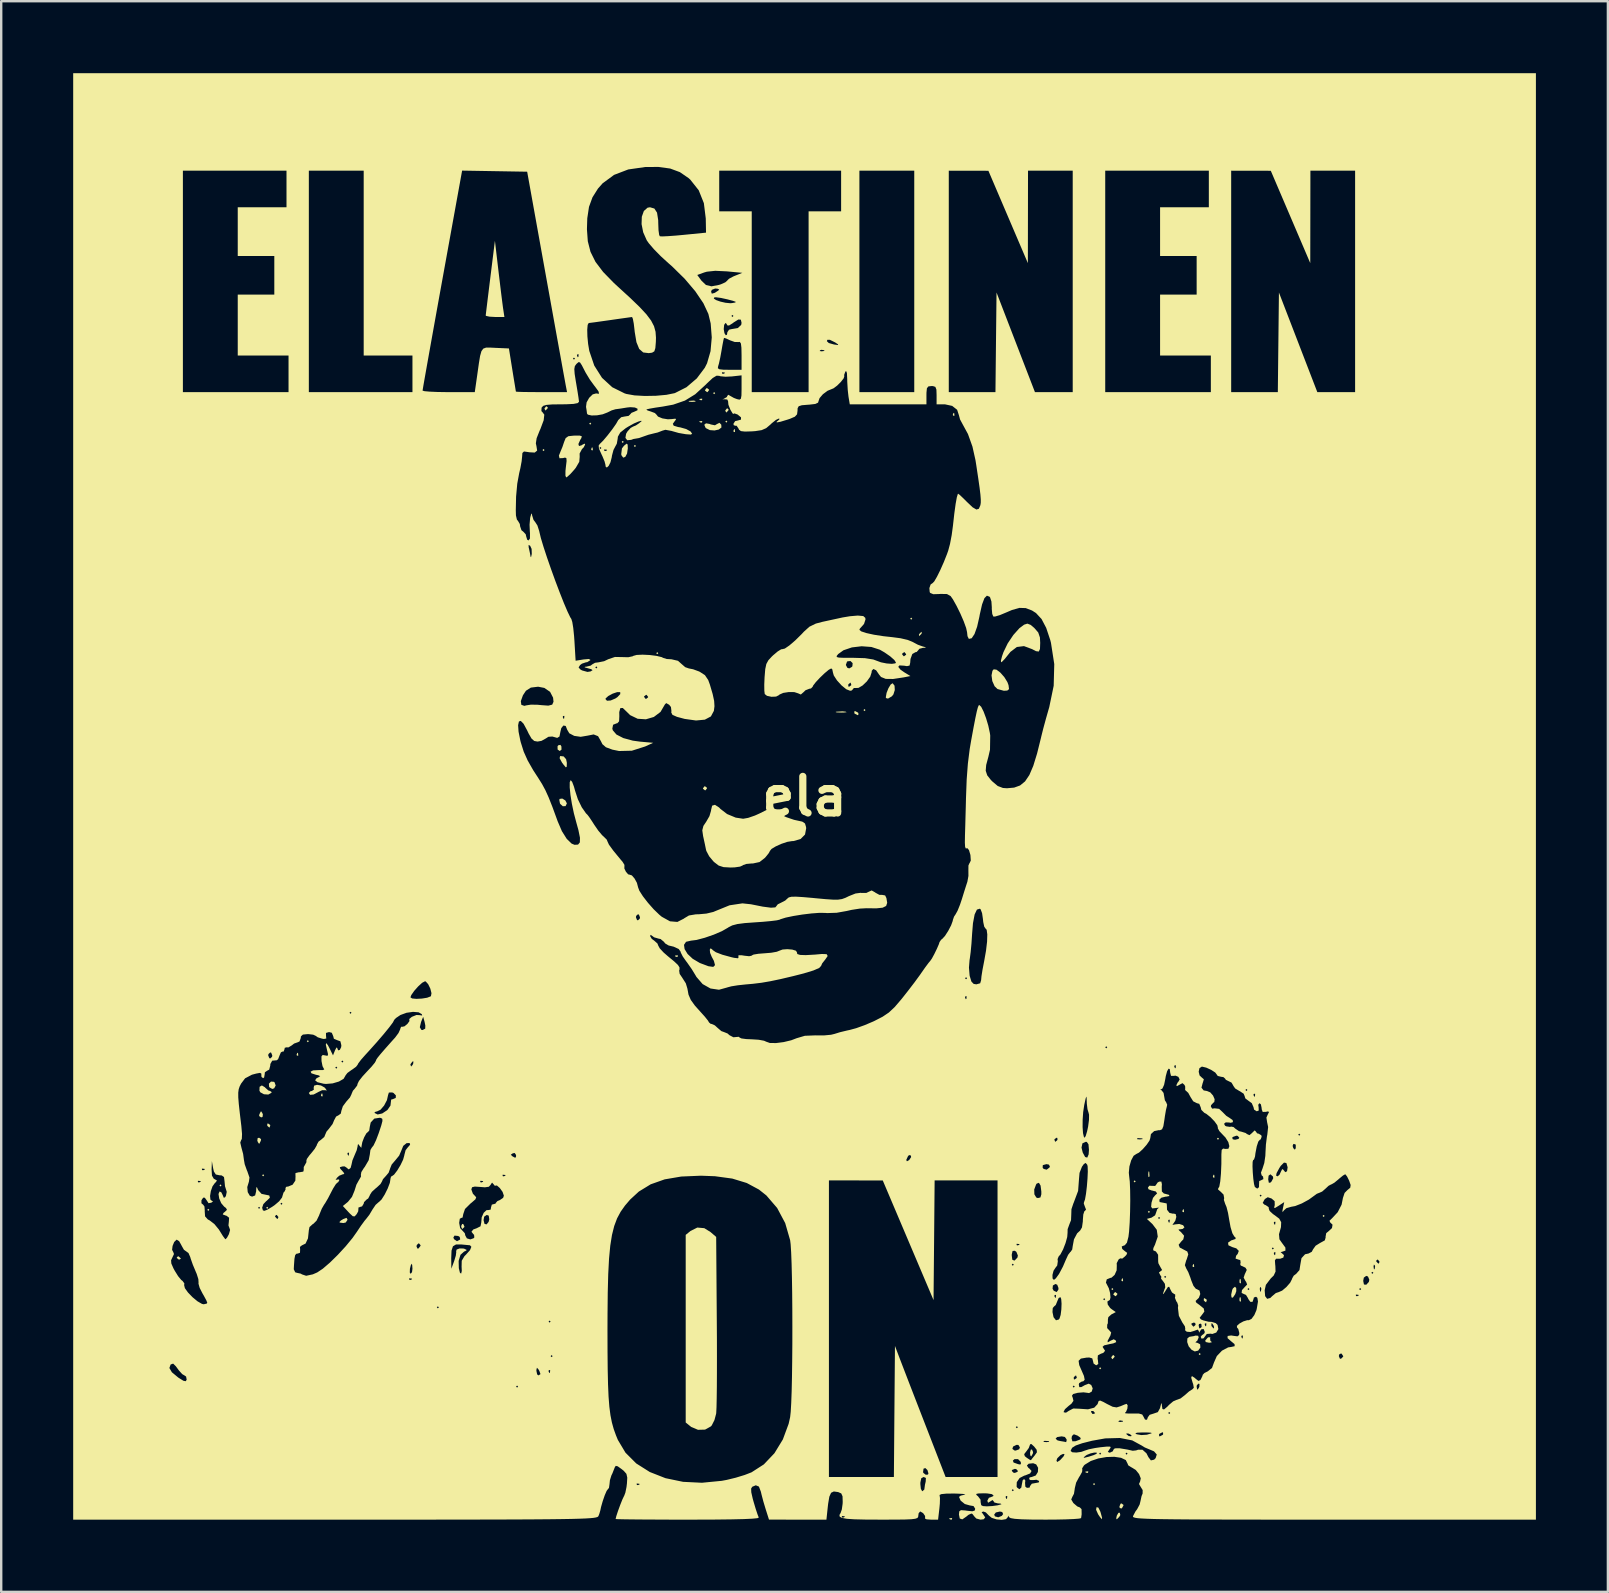
<source format=kicad_pcb>
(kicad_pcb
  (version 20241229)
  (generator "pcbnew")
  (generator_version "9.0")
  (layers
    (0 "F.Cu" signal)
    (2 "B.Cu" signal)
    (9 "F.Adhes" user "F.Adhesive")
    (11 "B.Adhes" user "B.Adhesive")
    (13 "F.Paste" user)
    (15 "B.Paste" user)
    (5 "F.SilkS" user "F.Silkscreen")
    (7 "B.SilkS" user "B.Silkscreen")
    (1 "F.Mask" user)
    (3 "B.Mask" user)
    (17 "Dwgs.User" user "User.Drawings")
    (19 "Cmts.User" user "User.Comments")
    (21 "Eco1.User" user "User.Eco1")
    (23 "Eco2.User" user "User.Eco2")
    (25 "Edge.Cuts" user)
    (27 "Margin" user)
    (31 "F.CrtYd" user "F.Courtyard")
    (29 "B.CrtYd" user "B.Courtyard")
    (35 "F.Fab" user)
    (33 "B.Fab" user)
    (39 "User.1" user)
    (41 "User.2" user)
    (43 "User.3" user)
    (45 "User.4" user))
  (footprint "ela"
    (layer "F.Cu")
    (at 30.48 30.141)
    (property "Reference" "ela" (at 0 0 0) (layer "F.SilkS") (effects (font (size 1.524 1.524) (thickness 0.3))))
    (attr board_only exclude_from_pos_files exclude_from_bom)
    (fp_poly (pts (xy -24.807 17.23) (xy -24.85 17.272) (xy -24.892 17.23) (xy -24.85 17.187)) (stroke (width 0) (type solid)) (fill yes) (layer "F.SilkS"))
    (fp_poly (pts (xy -24.299 16.214) (xy -24.342 16.256) (xy -24.384 16.214) (xy -24.342 16.171)) (stroke (width 0) (type solid)) (fill yes) (layer "F.SilkS"))
    (fp_poly (pts (xy -22.521 15.79) (xy -22.564 15.833) (xy -22.606 15.79) (xy -22.564 15.748)) (stroke (width 0) (type solid)) (fill yes) (layer "F.SilkS"))
    (fp_poly (pts (xy -22.352 17.145) (xy -22.394 17.187) (xy -22.437 17.145) (xy -22.394 17.103)) (stroke (width 0) (type solid)) (fill yes) (layer "F.SilkS"))
    (fp_poly (pts (xy -20.659 10.202) (xy -20.701 10.245) (xy -20.743 10.202) (xy -20.701 10.16)) (stroke (width 0) (type solid)) (fill yes) (layer "F.SilkS"))
    (fp_poly (pts (xy -10.837 -14.436) (xy -10.88 -14.393) (xy -10.922 -14.436) (xy -10.88 -14.478)) (stroke (width 0) (type solid)) (fill yes) (layer "F.SilkS"))
    (fp_poly (pts (xy -8.89 -15.536) (xy -8.932 -15.494) (xy -8.975 -15.536) (xy -8.932 -15.579)) (stroke (width 0) (type solid)) (fill yes) (layer "F.SilkS"))
    (fp_poly (pts (xy -7.535 -14.774) (xy -7.578 -14.732) (xy -7.62 -14.774) (xy -7.578 -14.817)) (stroke (width 0) (type solid)) (fill yes) (layer "F.SilkS"))
    (fp_poly (pts (xy -7.027 -14.605) (xy -7.07 -14.563) (xy -7.112 -14.605) (xy -7.07 -14.647)) (stroke (width 0) (type solid)) (fill yes) (layer "F.SilkS"))
    (fp_poly (pts (xy -6.096 -5.969) (xy -6.138 -5.927) (xy -6.181 -5.969) (xy -6.138 -6.011)) (stroke (width 0) (type solid)) (fill yes) (layer "F.SilkS"))
    (fp_poly (pts (xy -3.725 -16.806) (xy -3.768 -16.764) (xy -3.81 -16.806) (xy -3.768 -16.849)) (stroke (width 0) (type solid)) (fill yes) (layer "F.SilkS"))
    (fp_poly (pts (xy -3.217 -15.621) (xy -3.26 -15.579) (xy -3.302 -15.621) (xy -3.26 -15.663)) (stroke (width 0) (type solid)) (fill yes) (layer "F.SilkS"))
    (fp_poly (pts (xy 2.54 -3.598) (xy 2.498 -3.556) (xy 2.455 -3.598) (xy 2.498 -3.641)) (stroke (width 0) (type solid)) (fill yes) (layer "F.SilkS"))
    (fp_poly (pts (xy 4.487 -7.408) (xy 4.445 -7.366) (xy 4.403 -7.408) (xy 4.445 -7.451)) (stroke (width 0) (type solid)) (fill yes) (layer "F.SilkS"))
    (fp_poly (pts (xy 12.107 28.66) (xy 12.065 28.702) (xy 12.023 28.66) (xy 12.065 28.617)) (stroke (width 0) (type solid)) (fill yes) (layer "F.SilkS"))
    (fp_poly (pts (xy 12.361 23.834) (xy 12.319 23.876) (xy 12.277 23.834) (xy 12.319 23.791)) (stroke (width 0) (type solid)) (fill yes) (layer "F.SilkS"))
    (fp_poly (pts (xy 12.869 20.532) (xy 12.827 20.574) (xy 12.785 20.532) (xy 12.827 20.489)) (stroke (width 0) (type solid)) (fill yes) (layer "F.SilkS"))
    (fp_poly (pts (xy 13.801 16.044) (xy 13.758 16.087) (xy 13.716 16.044) (xy 13.758 16.002)) (stroke (width 0) (type solid)) (fill yes) (layer "F.SilkS"))
    (fp_poly (pts (xy 14.393 17.314) (xy 14.351 17.357) (xy 14.309 17.314) (xy 14.351 17.272)) (stroke (width 0) (type solid)) (fill yes) (layer "F.SilkS"))
    (fp_poly (pts (xy 16.51 23.241) (xy 16.468 23.283) (xy 16.425 23.241) (xy 16.468 23.199)) (stroke (width 0) (type solid)) (fill yes) (layer "F.SilkS"))
    (fp_poly (pts (xy 17.272 14.266) (xy 17.23 14.309) (xy 17.187 14.266) (xy 17.23 14.224)) (stroke (width 0) (type solid)) (fill yes) (layer "F.SilkS"))
    (fp_poly (pts (xy 21.675 17.484) (xy 21.632 17.526) (xy 21.59 17.484) (xy 21.632 17.441)) (stroke (width 0) (type solid)) (fill yes) (layer "F.SilkS"))
    (fp_poly (pts (xy -21.11 10.696) (xy -21.1 10.797) (xy -21.11 10.809) (xy -21.161 10.797) (xy -21.167 10.753) (xy -21.136 10.683)) (stroke (width 0) (type solid)) (fill yes) (layer "F.SilkS"))
    (fp_poly (pts (xy -20.094 12.39) (xy -20.084 12.49) (xy -20.094 12.502) (xy -20.145 12.491) (xy -20.151 12.446) (xy -20.12 12.376)) (stroke (width 0) (type solid)) (fill yes) (layer "F.SilkS"))
    (fp_poly (pts (xy -8.834 -14.534) (xy -8.823 -14.434) (xy -8.834 -14.422) (xy -8.884 -14.433) (xy -8.89 -14.478) (xy -8.859 -14.548)) (stroke (width 0) (type solid)) (fill yes) (layer "F.SilkS"))
    (fp_poly (pts (xy -5.278 6.632) (xy -5.289 6.683) (xy -5.334 6.689) (xy -5.404 6.658) (xy -5.39 6.632) (xy -5.29 6.622)) (stroke (width 0) (type solid)) (fill yes) (layer "F.SilkS"))
    (fp_poly (pts (xy -4.262 -16.566) (xy -4.273 -16.516) (xy -4.318 -16.51) (xy -4.388 -16.541) (xy -4.374 -16.566) (xy -4.274 -16.577)) (stroke (width 0) (type solid)) (fill yes) (layer "F.SilkS"))
    (fp_poly (pts (xy -4.262 -15.635) (xy -4.273 -15.585) (xy -4.318 -15.579) (xy -4.388 -15.61) (xy -4.374 -15.635) (xy -4.274 -15.645)) (stroke (width 0) (type solid)) (fill yes) (layer "F.SilkS"))
    (fp_poly (pts (xy -2.907 -15.296) (xy -2.897 -15.196) (xy -2.907 -15.184) (xy -2.957 -15.195) (xy -2.963 -15.24) (xy -2.932 -15.31)) (stroke (width 0) (type solid)) (fill yes) (layer "F.SilkS"))
    (fp_poly (pts (xy 6.152 30.085) (xy 6.141 30.135) (xy 6.096 30.141) (xy 6.026 30.11) (xy 6.04 30.085) (xy 6.14 30.075)) (stroke (width 0) (type solid)) (fill yes) (layer "F.SilkS"))
    (fp_poly (pts (xy 6.237 -15.974) (xy 6.247 -15.873) (xy 6.237 -15.861) (xy 6.187 -15.873) (xy 6.181 -15.917) (xy 6.212 -15.987)) (stroke (width 0) (type solid)) (fill yes) (layer "F.SilkS"))
    (fp_poly (pts (xy 11.825 28.138) (xy 11.813 28.188) (xy 11.769 28.194) (xy 11.699 28.163) (xy 11.712 28.138) (xy 11.813 28.127)) (stroke (width 0) (type solid)) (fill yes) (layer "F.SilkS"))
    (fp_poly (pts (xy 13.264 20.094) (xy 13.275 20.195) (xy 13.264 20.207) (xy 13.214 20.195) (xy 13.208 20.151) (xy 13.239 20.081)) (stroke (width 0) (type solid)) (fill yes) (layer "F.SilkS"))
    (fp_poly (pts (xy 14.365 15.642) (xy 14.376 15.816) (xy 14.365 15.854) (xy 14.334 15.864) (xy 14.322 15.748) (xy 14.335 15.628)) (stroke (width 0) (type solid)) (fill yes) (layer "F.SilkS"))
    (fp_poly (pts (xy 15.804 17.216) (xy 15.815 17.316) (xy 15.804 17.328) (xy 15.754 17.317) (xy 15.748 17.272) (xy 15.779 17.202)) (stroke (width 0) (type solid)) (fill yes) (layer "F.SilkS"))
    (fp_poly (pts (xy 16.228 19.502) (xy 16.238 19.602) (xy 16.228 19.614) (xy 16.177 19.603) (xy 16.171 19.558) (xy 16.202 19.488)) (stroke (width 0) (type solid)) (fill yes) (layer "F.SilkS"))
    (fp_poly (pts (xy 17.074 15.776) (xy 17.085 15.877) (xy 17.074 15.889) (xy 17.024 15.877) (xy 17.018 15.833) (xy 17.049 15.763)) (stroke (width 0) (type solid)) (fill yes) (layer "F.SilkS"))
    (fp_poly (pts (xy 18.177 20.135) (xy 18.187 20.267) (xy 18.17 20.297) (xy 18.131 20.272) (xy 18.125 20.186) (xy 18.146 20.096)) (stroke (width 0) (type solid)) (fill yes) (layer "F.SilkS"))
    (fp_poly (pts (xy 18.177 20.897) (xy 18.187 21.029) (xy 18.17 21.059) (xy 18.131 21.034) (xy 18.125 20.948) (xy 18.146 20.858)) (stroke (width 0) (type solid)) (fill yes) (layer "F.SilkS"))
    (fp_poly (pts (xy -14.223 17.823) (xy -14.174 17.925) (xy -14.185 17.955) (xy -14.267 18.03) (xy -14.307 17.945) (xy -14.309 17.902) (xy -14.267 17.815)) (stroke (width 0) (type solid)) (fill yes) (layer "F.SilkS"))
    (fp_poly (pts (xy -10.133 -2.083) (xy -10.129 -1.95) (xy -10.201 -1.893) (xy -10.291 -1.953) (xy -10.294 -2.089) (xy -10.265 -2.13) (xy -10.174 -2.149)) (stroke (width 0) (type solid)) (fill yes) (layer "F.SilkS"))
    (fp_poly (pts (xy 9.525 27.328) (xy 9.512 27.392) (xy 9.446 27.508) (xy 9.406 27.458) (xy 9.398 27.342) (xy 9.429 27.224) (xy 9.479 27.218)) (stroke (width 0) (type solid)) (fill yes) (layer "F.SilkS"))
    (fp_poly (pts (xy 13.16 29.949) (xy 13.117 30.022) (xy 13.013 30.129) (xy 12.989 30.09) (xy 13.014 29.973) (xy 13.08 29.858) (xy 13.137 29.853)) (stroke (width 0) (type solid)) (fill yes) (layer "F.SilkS"))
    (fp_poly (pts (xy -26.077 19.177) (xy -25.997 19.253) (xy -25.993 19.267) (xy -26.058 19.303) (xy -26.077 19.304) (xy -26.159 19.239) (xy -26.162 19.214) (xy -26.11 19.164)) (stroke (width 0) (type solid)) (fill yes) (layer "F.SilkS"))
    (fp_poly (pts (xy -22.65 14.281) (xy -22.66 14.351) (xy -22.715 14.462) (xy -22.733 14.478) (xy -22.78 14.412) (xy -22.806 14.351) (xy -22.793 14.242) (xy -22.733 14.224)) (stroke (width 0) (type solid)) (fill yes) (layer "F.SilkS"))
    (fp_poly (pts (xy -22.602 13.189) (xy -22.575 13.25) (xy -22.588 13.36) (xy -22.648 13.377) (xy -22.731 13.32) (xy -22.721 13.25) (xy -22.666 13.139) (xy -22.648 13.123)) (stroke (width 0) (type solid)) (fill yes) (layer "F.SilkS"))
    (fp_poly (pts (xy -22.271 13.693) (xy -22.267 13.716) (xy -22.296 13.798) (xy -22.305 13.801) (xy -22.377 13.741) (xy -22.394 13.716) (xy -22.388 13.638) (xy -22.357 13.631)) (stroke (width 0) (type solid)) (fill yes) (layer "F.SilkS"))
    (fp_poly (pts (xy -10.697 -16.204) (xy -10.71 -16.171) (xy -10.786 -16.091) (xy -10.8 -16.087) (xy -10.836 -16.152) (xy -10.837 -16.171) (xy -10.772 -16.253) (xy -10.748 -16.256)) (stroke (width 0) (type solid)) (fill yes) (layer "F.SilkS"))
    (fp_poly (pts (xy -4.549 -16.481) (xy -4.546 -16.453) (xy -4.679 -16.442) (xy -4.699 -16.442) (xy -4.83 -16.454) (xy -4.818 -16.48) (xy -4.803 -16.484) (xy -4.619 -16.496)) (stroke (width 0) (type solid)) (fill yes) (layer "F.SilkS"))
    (fp_poly (pts (xy -4.066 -0.359) (xy -4.064 -0.339) (xy -4.128 -0.256) (xy -4.149 -0.254) (xy -4.231 -0.318) (xy -4.233 -0.339) (xy -4.169 -0.421) (xy -4.149 -0.423)) (stroke (width 0) (type solid)) (fill yes) (layer "F.SilkS"))
    (fp_poly (pts (xy -3.982 -16.954) (xy -3.979 -16.933) (xy -4.044 -16.851) (xy -4.064 -16.849) (xy -4.146 -16.913) (xy -4.149 -16.933) (xy -4.084 -17.016) (xy -4.064 -17.018)) (stroke (width 0) (type solid)) (fill yes) (layer "F.SilkS"))
    (fp_poly (pts (xy -3.162 -16.119) (xy -3.175 -16.087) (xy -3.251 -16.006) (xy -3.265 -16.002) (xy -3.301 -16.068) (xy -3.302 -16.087) (xy -3.237 -16.168) (xy -3.212 -16.171)) (stroke (width 0) (type solid)) (fill yes) (layer "F.SilkS"))
    (fp_poly (pts (xy 1.714 -3.531) (xy 1.755 -3.51) (xy 1.648 -3.497) (xy 1.524 -3.494) (xy 1.341 -3.501) (xy 1.291 -3.518) (xy 1.333 -3.531) (xy 1.58 -3.545)) (stroke (width 0) (type solid)) (fill yes) (layer "F.SilkS"))
    (fp_poly (pts (xy 2.226 -3.494) (xy 2.244 -3.471) (xy 2.24 -3.393) (xy 2.211 -3.387) (xy 2.092 -3.448) (xy 2.074 -3.471) (xy 2.078 -3.549) (xy 2.107 -3.556)) (stroke (width 0) (type solid)) (fill yes) (layer "F.SilkS"))
    (fp_poly (pts (xy 4.884 -6.803) (xy 4.868 -6.773) (xy 4.789 -6.692) (xy 4.774 -6.689) (xy 4.768 -6.743) (xy 4.784 -6.773) (xy 4.863 -6.854) (xy 4.878 -6.858)) (stroke (width 0) (type solid)) (fill yes) (layer "F.SilkS"))
    (fp_poly (pts (xy 12.925 23.335) (xy 12.912 23.368) (xy 12.836 23.449) (xy 12.822 23.453) (xy 12.786 23.387) (xy 12.785 23.368) (xy 12.85 23.287) (xy 12.874 23.283)) (stroke (width 0) (type solid)) (fill yes) (layer "F.SilkS"))
    (fp_poly (pts (xy 13.036 20.723) (xy 13.039 20.743) (xy 12.974 20.826) (xy 12.954 20.828) (xy 12.872 20.764) (xy 12.869 20.743) (xy 12.934 20.661) (xy 12.954 20.659)) (stroke (width 0) (type solid)) (fill yes) (layer "F.SilkS"))
    (fp_poly (pts (xy 13.29 29.525) (xy 13.293 29.544) (xy 13.231 29.658) (xy 13.208 29.676) (xy 13.136 29.656) (xy 13.123 29.596) (xy 13.168 29.48) (xy 13.208 29.464)) (stroke (width 0) (type solid)) (fill yes) (layer "F.SilkS"))
    (fp_poly (pts (xy 16.761 20.974) (xy 16.764 20.997) (xy 16.735 21.08) (xy 16.727 21.082) (xy 16.654 21.023) (xy 16.637 20.997) (xy 16.644 20.919) (xy 16.674 20.913)) (stroke (width 0) (type solid)) (fill yes) (layer "F.SilkS"))
    (fp_poly (pts (xy -22.112 11.895) (xy -22.088 11.914) (xy -22.041 12.047) (xy -22.103 12.165) (xy -22.183 12.192) (xy -22.291 12.13) (xy -22.314 12.1) (xy -22.324 11.971) (xy -22.235 11.884)) (stroke (width 0) (type solid)) (fill yes) (layer "F.SilkS"))
    (fp_poly (pts (xy -19.05 17.631) (xy -19.05 17.65) (xy -19.121 17.757) (xy -19.219 17.78) (xy -19.357 17.763) (xy -19.389 17.741) (xy -19.324 17.675) (xy -19.219 17.611) (xy -19.089 17.563)) (stroke (width 0) (type solid)) (fill yes) (layer "F.SilkS"))
    (fp_poly (pts (xy 12.243 29.638) (xy 12.324 29.798) (xy 12.339 29.843) (xy 12.399 30.062) (xy 12.394 30.126) (xy 12.318 30.041) (xy 12.236 29.921) (xy 12.15 29.73) (xy 12.169 29.622)) (stroke (width 0) (type solid)) (fill yes) (layer "F.SilkS"))
    (fp_poly (pts (xy 17.99 20.489) (xy 17.993 20.619) (xy 17.95 20.742) (xy 17.849 20.891) (xy 17.793 20.878) (xy 17.781 20.765) (xy 17.823 20.567) (xy 17.855 20.501) (xy 17.938 20.434)) (stroke (width 0) (type solid)) (fill yes) (layer "F.SilkS"))
    (fp_poly (pts (xy -10.044 -1.667) (xy -10.037 -1.664) (xy -9.937 -1.55) (xy -9.906 -1.4) (xy -9.912 -1.237) (xy -9.948 -1.21) (xy -10.042 -1.321) (xy -10.105 -1.405) (xy -10.208 -1.592) (xy -10.187 -1.683)) (stroke (width 0) (type solid)) (fill yes) (layer "F.SilkS"))
    (fp_poly (pts (xy -9.97 0.167) (xy -9.906 0.288) (xy -9.906 0.294) (xy -9.96 0.404) (xy -10.075 0.41) (xy -10.182 0.313) (xy -10.195 0.284) (xy -10.221 0.145) (xy -10.208 0.104) (xy -10.097 0.089)) (stroke (width 0) (type solid)) (fill yes) (layer "F.SilkS"))
    (fp_poly (pts (xy -7.372 -14.664) (xy -7.366 -14.501) (xy -7.397 -14.288) (xy -7.471 -14.151) (xy -7.557 -14.118) (xy -7.628 -14.213) (xy -7.64 -14.262) (xy -7.61 -14.505) (xy -7.523 -14.616) (xy -7.414 -14.702)) (stroke (width 0) (type solid)) (fill yes) (layer "F.SilkS"))
    (fp_poly (pts (xy 16.915 22.549) (xy 16.902 22.588) (xy 16.914 22.692) (xy 16.954 22.719) (xy 16.968 22.753) (xy 16.863 22.769) (xy 16.719 22.739) (xy 16.699 22.675) (xy 16.802 22.557) (xy 16.845 22.537)) (stroke (width 0) (type solid)) (fill yes) (layer "F.SilkS"))
    (fp_poly (pts (xy -22.488 12.123) (xy -22.478 12.137) (xy -22.349 12.253) (xy -22.274 12.277) (xy -22.209 12.321) (xy -22.218 12.351) (xy -22.348 12.425) (xy -22.53 12.413) (xy -22.681 12.331) (xy -22.718 12.266) (xy -22.711 12.102) (xy -22.616 12.045)) (stroke (width 0) (type solid)) (fill yes) (layer "F.SilkS"))
    (fp_poly (pts (xy 3.671 -4.717) (xy 3.751 -4.614) (xy 3.761 -4.434) (xy 3.704 -4.252) (xy 3.641 -4.173) (xy 3.478 -4.076) (xy 3.393 -4.099) (xy 3.387 -4.136) (xy 3.419 -4.315) (xy 3.497 -4.511) (xy 3.591 -4.665) (xy 3.671 -4.717)) (stroke (width 0) (type solid)) (fill yes) (layer "F.SilkS"))
    (fp_poly (pts (xy -3.471 -15.493) (xy -3.464 -15.374) (xy -3.574 -15.29) (xy -3.752 -15.251) (xy -3.946 -15.266) (xy -4.106 -15.345) (xy -4.127 -15.366) (xy -4.179 -15.489) (xy -4.107 -15.549) (xy -3.949 -15.521) (xy -3.909 -15.502) (xy -3.734 -15.467) (xy -3.65 -15.518) (xy -3.546 -15.57)) (stroke (width 0) (type solid)) (fill yes) (layer "F.SilkS"))
    (fp_poly (pts (xy 8 -5.281) (xy 8.16 -5.159) (xy 8.325 -4.972) (xy 8.454 -4.763) (xy 8.501 -4.636) (xy 8.522 -4.471) (xy 8.448 -4.411) (xy 8.304 -4.403) (xy 8.04 -4.476) (xy 7.921 -4.591) (xy 7.824 -4.808) (xy 7.793 -5.045) (xy 7.831 -5.236) (xy 7.883 -5.297)) (stroke (width 0) (type solid)) (fill yes) (layer "F.SilkS"))
    (fp_poly (pts (xy -20.154 12.047) (xy -20.003 12.132) (xy -19.971 12.166) (xy -19.909 12.26) (xy -19.96 12.246) (xy -20.101 12.242) (xy -20.254 12.314) (xy -20.459 12.423) (xy -20.607 12.436) (xy -20.659 12.361) (xy -20.59 12.286) (xy -20.534 12.277) (xy -20.449 12.221) (xy -20.459 12.15) (xy -20.439 12.054) (xy -20.318 12.02)) (stroke (width 0) (type solid)) (fill yes) (layer "F.SilkS"))
    (fp_poly (pts (xy -12.755 -21.886) (xy -12.698 -21.413) (xy -12.645 -20.974) (xy -12.599 -20.609) (xy -12.566 -20.357) (xy -12.557 -20.299) (xy -12.509 -19.981) (xy -12.901 -19.981) (xy -13.131 -19.994) (xy -13.269 -20.025) (xy -13.288 -20.045) (xy -13.276 -20.145) (xy -13.247 -20.386) (xy -13.204 -20.739) (xy -13.15 -21.177) (xy -13.094 -21.632) (xy -12.904 -23.156)) (stroke (width 0) (type solid)) (fill yes) (layer "F.SilkS"))
    (fp_poly (pts (xy 16.405 22.477) (xy 16.425 22.548) (xy 16.365 22.688) (xy 16.32 22.719) (xy 16.29 22.757) (xy 16.362 22.769) (xy 16.486 22.833) (xy 16.497 22.967) (xy 16.404 23.097) (xy 16.263 23.131) (xy 16.129 23.061) (xy 16.009 22.918) (xy 15.947 22.741) (xy 15.954 22.589) (xy 16.037 22.521) (xy 16.042 22.521) (xy 16.223 22.492) (xy 16.291 22.47)) (stroke (width 0) (type solid)) (fill yes) (layer "F.SilkS"))
    (fp_poly (pts (xy -4.178 17.994) (xy -3.921 18.154) (xy -3.683 18.358) (xy -3.657 21.858) (xy -3.652 22.626) (xy -3.651 23.354) (xy -3.652 24.022) (xy -3.655 24.608) (xy -3.661 25.093) (xy -3.669 25.457) (xy -3.68 25.68) (xy -3.684 25.724) (xy -3.755 25.992) (xy -3.866 26.211) (xy -3.901 26.253) (xy -4.146 26.389) (xy -4.441 26.397) (xy -4.724 26.277) (xy -4.753 26.254) (xy -4.953 26.092) (xy -4.953 18.273) (xy -4.753 18.111) (xy -4.469 17.968)) (stroke (width 0) (type solid)) (fill yes) (layer "F.SilkS"))
    (fp_poly (pts (xy 9.423 -7.148) (xy 9.574 -7.021) (xy 9.738 -6.833) (xy 9.809 -6.626) (xy 9.821 -6.401) (xy 9.812 -6.146) (xy 9.762 -6.038) (xy 9.645 -6.053) (xy 9.483 -6.138) (xy 9.145 -6.264) (xy 8.848 -6.227) (xy 8.581 -6.024) (xy 8.504 -5.929) (xy 8.348 -5.734) (xy 8.229 -5.611) (xy 8.192 -5.59) (xy 8.184 -5.66) (xy 8.23 -5.841) (xy 8.288 -6.007) (xy 8.465 -6.374) (xy 8.7 -6.726) (xy 8.954 -7.01) (xy 9.149 -7.157) (xy 9.287 -7.201)) (stroke (width 0) (type solid)) (fill yes) (layer "F.SilkS"))
    (fp_poly (pts (xy -9.364 -15.036) (xy -9.281 -15.007) (xy -9.306 -14.925) (xy -9.35 -14.855) (xy -9.425 -14.687) (xy -9.4 -14.602) (xy -9.291 -14.633) (xy -9.258 -14.658) (xy -9.161 -14.703) (xy -9.144 -14.668) (xy -9.202 -14.55) (xy -9.278 -14.472) (xy -9.374 -14.291) (xy -9.371 -14.15) (xy -9.389 -13.946) (xy -9.529 -13.703) (xy -9.597 -13.617) (xy -9.765 -13.43) (xy -9.895 -13.314) (xy -9.935 -13.294) (xy -9.965 -13.369) (xy -9.964 -13.561) (xy -9.947 -13.725) (xy -9.917 -13.976) (xy -9.925 -14.096) (xy -9.982 -14.121) (xy -10.066 -14.1) (xy -10.212 -14.093) (xy -10.237 -14.203) (xy -10.17 -14.373) (xy -10.091 -14.562) (xy -10.02 -14.774) (xy -9.953 -14.937) (xy -9.842 -15.012) (xy -9.629 -15.035) (xy -9.585 -15.036)) (stroke (width 0) (type solid)) (fill yes) (layer "F.SilkS"))
    (fp_poly (pts (xy -3.562 0.461) (xy -3.506 0.52) (xy -3.227 0.735) (xy -2.868 0.884) (xy -2.559 0.931) (xy -2.349 0.894) (xy -2.068 0.797) (xy -1.883 0.714) (xy -1.447 0.497) (xy -1.071 0.717) (xy -0.763 0.865) (xy -0.436 0.976) (xy -0.326 1) (xy -0.094 1.051) (xy 0.019 1.128) (xy 0.062 1.273) (xy 0.068 1.327) (xy 0.02 1.588) (xy -0.162 1.773) (xy -0.452 1.859) (xy -0.53 1.863) (xy -0.723 1.895) (xy -0.964 1.976) (xy -1.199 2.082) (xy -1.375 2.188) (xy -1.439 2.267) (xy -1.492 2.365) (xy -1.621 2.526) (xy -1.654 2.562) (xy -1.875 2.735) (xy -2.143 2.793) (xy -2.2 2.794) (xy -2.424 2.814) (xy -2.567 2.863) (xy -2.582 2.879) (xy -2.69 2.926) (xy -2.91 2.957) (xy -3.083 2.963) (xy -3.376 2.947) (xy -3.578 2.882) (xy -3.765 2.739) (xy -3.796 2.71) (xy -3.975 2.495) (xy -4.092 2.274) (xy -4.106 2.224) (xy -4.156 1.981) (xy -4.218 1.695) (xy -4.227 1.657) (xy -4.262 1.412) (xy -4.215 1.229) (xy -4.099 1.056) (xy -3.964 0.823) (xy -3.897 0.596) (xy -3.895 0.564) (xy -3.851 0.385) (xy -3.734 0.35)) (stroke (width 0) (type solid)) (fill yes) (layer "F.SilkS"))
    (fp_poly (pts (xy 2.447 -7.516) (xy 2.531 -7.442) (xy 2.54 -7.376) (xy 2.479 -7.189) (xy 2.413 -7.112) (xy 2.307 -6.995) (xy 2.286 -6.942) (xy 2.365 -6.877) (xy 2.58 -6.807) (xy 2.9 -6.737) (xy 3.29 -6.677) (xy 3.65 -6.638) (xy 3.998 -6.592) (xy 4.298 -6.522) (xy 4.487 -6.446) (xy 4.722 -6.322) (xy 4.911 -6.254) (xy 5.052 -6.215) (xy 5.034 -6.198) (xy 4.932 -6.191) (xy 4.783 -6.151) (xy 4.741 -6.096) (xy 4.673 -6.019) (xy 4.623 -6.011) (xy 4.491 -5.935) (xy 4.415 -5.727) (xy 4.403 -5.57) (xy 4.377 -5.454) (xy 4.269 -5.429) (xy 4.149 -5.448) (xy 3.955 -5.46) (xy 3.905 -5.399) (xy 3.998 -5.283) (xy 4.154 -5.174) (xy 4.413 -5.016) (xy 4.133 -4.961) (xy 3.691 -4.894) (xy 3.383 -4.898) (xy 3.188 -4.977) (xy 3.106 -5.078) (xy 2.983 -5.256) (xy 2.87 -5.312) (xy 2.802 -5.239) (xy 2.794 -5.165) (xy 2.737 -4.99) (xy 2.597 -4.794) (xy 2.419 -4.623) (xy 2.248 -4.523) (xy 2.157 -4.519) (xy 2.049 -4.519) (xy 2.032 -4.485) (xy 1.963 -4.413) (xy 1.897 -4.403) (xy 1.737 -4.467) (xy 1.539 -4.629) (xy 1.514 -4.657) (xy 1.82 -4.657) (xy 1.827 -4.579) (xy 1.858 -4.572) (xy 1.944 -4.633) (xy 1.947 -4.657) (xy 1.918 -4.739) (xy 1.91 -4.741) (xy 1.838 -4.682) (xy 1.82 -4.657) (xy 1.514 -4.657) (xy 1.351 -4.836) (xy 1.219 -5.039) (xy 1.185 -5.156) (xy 1.155 -5.298) (xy 1.111 -5.334) (xy 1.007 -5.277) (xy 0.836 -5.134) (xy 0.642 -4.948) (xy 0.468 -4.762) (xy 0.357 -4.618) (xy 0.339 -4.572) (xy 0.269 -4.499) (xy 0.2 -4.487) (xy 0.039 -4.424) (xy -0.045 -4.342) (xy -0.155 -4.247) (xy -0.271 -4.297) (xy -0.425 -4.347) (xy -0.656 -4.35) (xy -0.887 -4.314) (xy -1.045 -4.245) (xy -1.065 -4.222) (xy -1.186 -4.16) (xy -1.38 -4.152) (xy -1.566 -4.192) (xy -1.659 -4.266) (xy -1.676 -4.405) (xy -1.679 -4.659) (xy -1.666 -4.973) (xy -1.665 -4.982) (xy -1.638 -5.306) (xy -1.601 -5.479) (xy 1.721 -5.479) (xy 1.783 -5.361) (xy 1.863 -5.334) (xy 1.971 -5.396) (xy 1.994 -5.426) (xy 2.004 -5.555) (xy 1.915 -5.642) (xy 1.792 -5.631) (xy 1.768 -5.612) (xy 1.721 -5.479) (xy -1.601 -5.479) (xy -1.593 -5.518) (xy -1.507 -5.675) (xy -1.357 -5.837) (xy -1.336 -5.856) (xy 1.341 -5.856) (xy 1.341 -5.809) (xy 1.432 -5.785) (xy 1.637 -5.776) (xy 1.985 -5.777) (xy 2.006 -5.777) (xy 2.517 -5.762) (xy 2.867 -5.706) (xy 2.99 -5.66) (xy 3.186 -5.588) (xy 3.42 -5.541) (xy 3.638 -5.525) (xy 3.782 -5.545) (xy 3.81 -5.578) (xy 3.743 -5.684) (xy 3.57 -5.837) (xy 3.441 -5.927) (xy 4.064 -5.927) (xy 4.128 -5.844) (xy 4.149 -5.842) (xy 4.231 -5.906) (xy 4.233 -5.927) (xy 4.169 -6.009) (xy 4.149 -6.011) (xy 4.066 -5.947) (xy 4.064 -5.927) (xy 3.441 -5.927) (xy 3.334 -6.001) (xy 3.136 -6.115) (xy 2.785 -6.228) (xy 2.379 -6.258) (xy 1.973 -6.21) (xy 1.622 -6.091) (xy 1.403 -5.933) (xy 1.341 -5.856) (xy -1.336 -5.856) (xy -1.311 -5.88) (xy -1.12 -6.041) (xy -0.975 -6.131) (xy -0.928 -6.136) (xy -0.822 -6.162) (xy -0.633 -6.291) (xy -0.39 -6.499) (xy -0.123 -6.762) (xy -0.027 -6.865) (xy 0.202 -7.072) (xy 0.471 -7.203) (xy 0.738 -7.274) (xy 1.083 -7.349) (xy 1.424 -7.423) (xy 1.583 -7.458) (xy 1.892 -7.509) (xy 2.195 -7.535) (xy 2.239 -7.535)) (stroke (width 0) (type solid)) (fill yes) (layer "F.SilkS"))
    (fp_poly (pts (xy 14.893 16.164) (xy 14.886 16.268) (xy 14.891 16.465) (xy 14.975 16.549) (xy 15.015 16.558) (xy 15.184 16.604) (xy 15.208 16.653) (xy 15.078 16.679) (xy 15.052 16.679) (xy 14.87 16.724) (xy 14.786 16.806) (xy 14.797 16.905) (xy 14.944 16.933) (xy 15.092 16.963) (xy 15.101 17.061) (xy 15.106 17.226) (xy 15.208 17.357) (xy 15.354 17.391) (xy 15.373 17.385) (xy 15.467 17.405) (xy 15.494 17.523) (xy 15.452 17.681) (xy 15.388 17.776) (xy 15.331 17.856) (xy 15.413 17.844) (xy 15.431 17.837) (xy 15.617 17.818) (xy 15.775 17.87) (xy 15.833 17.958) (xy 15.763 18.024) (xy 15.684 18.037) (xy 15.583 18.048) (xy 15.618 18.1) (xy 15.684 18.152) (xy 15.818 18.309) (xy 15.785 18.461) (xy 15.706 18.542) (xy 15.59 18.686) (xy 15.638 18.801) (xy 15.79 18.881) (xy 15.951 18.966) (xy 15.992 19.085) (xy 15.928 19.288) (xy 15.905 19.34) (xy 15.85 19.535) (xy 15.908 19.673) (xy 15.992 19.826) (xy 16.084 20.067) (xy 16.114 20.163) (xy 16.208 20.397) (xy 16.31 20.522) (xy 16.343 20.532) (xy 16.46 20.595) (xy 16.492 20.739) (xy 16.434 20.895) (xy 16.381 20.946) (xy 16.296 21.028) (xy 16.331 21.104) (xy 16.459 21.195) (xy 16.636 21.34) (xy 16.662 21.47) (xy 16.547 21.625) (xy 16.546 21.626) (xy 16.466 21.73) (xy 16.52 21.796) (xy 16.618 21.837) (xy 16.835 21.892) (xy 16.972 21.9) (xy 17.139 21.953) (xy 17.213 22.027) (xy 17.246 22.2) (xy 17.158 22.344) (xy 16.994 22.403) (xy 16.921 22.39) (xy 16.764 22.403) (xy 16.712 22.473) (xy 16.629 22.585) (xy 16.541 22.596) (xy 16.51 22.521) (xy 16.574 22.439) (xy 16.595 22.437) (xy 16.67 22.368) (xy 16.679 22.31) (xy 16.631 22.196) (xy 16.535 22.21) (xy 16.481 22.288) (xy 16.443 22.348) (xy 16.432 22.286) (xy 16.392 22.22) (xy 16.262 22.264) (xy 16.249 22.271) (xy 16.08 22.321) (xy 15.929 22.309) (xy 15.856 22.245) (xy 15.868 22.194) (xy 15.851 22.085) (xy 15.774 21.968) (xy 16.122 21.968) (xy 16.129 22.013) (xy 16.201 22.094) (xy 16.214 22.098) (xy 16.268 22.051) (xy 16.425 22.051) (xy 16.453 22.173) (xy 16.527 22.136) (xy 16.549 22.104) (xy 16.54 22.013) (xy 16.679 22.013) (xy 16.71 22.083) (xy 16.736 22.07) (xy 16.737 22.058) (xy 16.955 22.058) (xy 16.972 22.092) (xy 17.053 22.18) (xy 17.068 22.118) (xy 17.047 22.052) (xy 16.985 21.96) (xy 16.957 21.962) (xy 16.955 22.058) (xy 16.737 22.058) (xy 16.746 21.969) (xy 16.736 21.957) (xy 16.685 21.969) (xy 16.679 22.013) (xy 16.54 22.013) (xy 16.538 21.995) (xy 16.511 21.972) (xy 16.438 21.99) (xy 16.425 22.051) (xy 16.268 22.051) (xy 16.281 22.039) (xy 16.298 22.013) (xy 16.278 21.942) (xy 16.214 21.929) (xy 16.122 21.968) (xy 15.774 21.968) (xy 15.746 21.927) (xy 15.601 21.648) (xy 15.561 21.313) (xy 15.572 21.221) (xy 15.535 21.101) (xy 15.49 21.034) (xy 15.435 20.893) (xy 15.449 20.832) (xy 15.445 20.751) (xy 15.412 20.743) (xy 15.314 20.673) (xy 15.25 20.555) (xy 15.198 20.438) (xy 15.146 20.443) (xy 15.056 20.583) (xy 15.035 20.619) (xy 14.954 20.743) (xy 14.94 20.719) (xy 14.995 20.555) (xy 15.033 20.458) (xy 15.017 20.313) (xy 14.942 20.204) (xy 14.858 20.099) (xy 14.863 20.066) (xy 14.868 20.024) (xy 14.986 20.024) (xy 15.028 20.066) (xy 15.071 20.024) (xy 15.028 19.981) (xy 14.986 20.024) (xy 14.868 20.024) (xy 14.869 20.014) (xy 14.823 19.947) (xy 14.77 19.84) (xy 14.834 19.792) (xy 14.901 19.738) (xy 14.839 19.629) (xy 14.833 19.62) (xy 14.747 19.458) (xy 14.737 19.374) (xy 14.735 19.102) (xy 14.642 18.963) (xy 14.605 18.95) (xy 14.528 18.913) (xy 14.538 18.821) (xy 14.605 18.68) (xy 14.72 18.346) (xy 14.679 18.061) (xy 14.499 17.824) (xy 14.361 17.695) (xy 15.155 17.695) (xy 15.186 17.765) (xy 15.212 17.752) (xy 15.222 17.651) (xy 15.212 17.639) (xy 15.161 17.651) (xy 15.155 17.695) (xy 14.361 17.695) (xy 14.266 17.607) (xy 14.413 17.568) (xy 14.732 17.568) (xy 14.774 17.611) (xy 14.817 17.568) (xy 14.774 17.526) (xy 14.732 17.568) (xy 14.413 17.568) (xy 14.457 17.557) (xy 14.609 17.458) (xy 14.647 17.354) (xy 14.699 17.201) (xy 14.753 17.155) (xy 14.763 17.136) (xy 14.64 17.154) (xy 14.492 17.17) (xy 14.444 17.102) (xy 14.46 16.932) (xy 14.521 16.733) (xy 14.613 16.622) (xy 14.615 16.621) (xy 14.693 16.546) (xy 14.641 16.466) (xy 14.488 16.426) (xy 14.473 16.425) (xy 14.338 16.374) (xy 14.309 16.306) (xy 14.371 16.223) (xy 14.478 16.231) (xy 14.613 16.233) (xy 14.647 16.19) (xy 14.715 16.09) (xy 14.78 16.054) (xy 14.869 16.051)) (stroke (width 0) (type solid)) (fill yes) (layer "F.SilkS"))
    (fp_poly (pts (xy 30.48 30.141) (xy 22.058 30.141) (xy 20.677 30.141) (xy 19.455 30.141) (xy 18.383 30.14) (xy 17.452 30.138) (xy 16.651 30.136) (xy 15.971 30.132) (xy 15.402 30.127) (xy 14.934 30.121) (xy 14.559 30.114) (xy 14.265 30.104) (xy 14.044 30.093) (xy 13.886 30.08) (xy 13.781 30.064) (xy 13.719 30.046) (xy 13.691 30.025) (xy 13.687 30.002) (xy 13.689 29.993) (xy 13.789 29.803) (xy 13.861 29.706) (xy 13.966 29.509) (xy 14.001 29.364) (xy 14.045 29.159) (xy 14.089 29.053) (xy 14.091 28.908) (xy 14.022 28.797) (xy 13.938 28.655) (xy 13.984 28.553) (xy 14.012 28.42) (xy 13.941 28.241) (xy 13.804 28.071) (xy 13.635 27.966) (xy 13.623 27.962) (xy 13.49 27.877) (xy 13.462 27.806) (xy 13.388 27.658) (xy 13.192 27.564) (xy 12.911 27.522) (xy 12.581 27.532) (xy 12.242 27.591) (xy 11.929 27.697) (xy 11.68 27.85) (xy 11.643 27.885) (xy 11.568 28.004) (xy 11.576 28.058) (xy 11.566 28.153) (xy 11.474 28.321) (xy 11.445 28.361) (xy 11.318 28.599) (xy 11.261 28.837) (xy 11.261 28.851) (xy 11.228 29.063) (xy 11.161 29.191) (xy 11.114 29.299) (xy 11.198 29.442) (xy 11.217 29.462) (xy 11.367 29.59) (xy 11.474 29.633) (xy 11.544 29.703) (xy 11.548 29.919) (xy 11.525 30.078) (xy 11.442 30.098) (xy 11.216 30.116) (xy 10.876 30.13) (xy 10.449 30.139) (xy 10.04 30.141) (xy 9.466 30.138) (xy 9.045 30.127) (xy 8.759 30.107) (xy 8.59 30.078) (xy 8.523 30.037) (xy 8.523 30.035) (xy 8.484 29.973) (xy 8.473 30.035) (xy 8.397 30.12) (xy 8.22 30.15) (xy 8.002 30.131) (xy 7.803 30.067) (xy 7.685 29.972) (xy 7.647 29.933) (xy 7.903 29.933) (xy 7.936 30.005) (xy 8.072 30.044) (xy 8.221 29.984) (xy 8.276 29.909) (xy 8.238 29.823) (xy 8.14 29.803) (xy 7.971 29.842) (xy 7.903 29.933) (xy 7.647 29.933) (xy 7.554 29.839) (xy 7.456 29.803) (xy 7.379 29.827) (xy 7.434 29.904) (xy 7.529 30.047) (xy 7.467 30.125) (xy 7.333 30.141) (xy 7.157 30.094) (xy 7.081 30.014) (xy 6.995 29.902) (xy 6.951 29.887) (xy 6.831 29.941) (xy 6.743 30.014) (xy 6.575 30.13) (xy 6.468 30.093) (xy 6.435 29.929) (xy 6.448 29.795) (xy 6.519 29.746) (xy 6.694 29.758) (xy 6.773 29.77) (xy 6.994 29.793) (xy 7.092 29.762) (xy 7.112 29.686) (xy 7.042 29.575) (xy 6.888 29.549) (xy 6.68 29.49) (xy 6.506 29.349) (xy 6.437 29.194) (xy 6.508 29.141) (xy 6.668 29.101) (xy 6.701 29.084) (xy 6.623 29.073) (xy 7.148 29.073) (xy 7.178 29.126) (xy 7.228 29.166) (xy 7.334 29.307) (xy 7.339 29.412) (xy 7.362 29.537) (xy 7.434 29.576) (xy 7.596 29.587) (xy 7.826 29.574) (xy 8.05 29.543) (xy 8.194 29.503) (xy 8.206 29.495) (xy 8.164 29.471) (xy 8.057 29.464) (xy 7.912 29.427) (xy 7.874 29.369) (xy 7.833 29.324) (xy 7.747 29.379) (xy 7.647 29.438) (xy 7.62 29.361) (xy 7.62 29.347) (xy 7.683 29.229) (xy 7.747 29.21) (xy 8.382 29.21) (xy 8.413 29.28) (xy 8.438 29.266) (xy 8.449 29.166) (xy 8.438 29.154) (xy 8.388 29.165) (xy 8.382 29.21) (xy 7.747 29.21) (xy 7.86 29.164) (xy 7.874 29.125) (xy 7.798 29.076) (xy 7.605 29.047) (xy 7.472 29.043) (xy 7.238 29.05) (xy 7.148 29.073) (xy 6.623 29.073) (xy 6.588 29.068) (xy 6.353 29.056) (xy 6.239 29.053) (xy 5.914 29.056) (xy 5.701 29.077) (xy 5.625 29.113) (xy 5.627 29.12) (xy 5.644 29.242) (xy 5.638 29.473) (xy 5.62 29.67) (xy 5.565 30.141) (xy 5.266 30.141) (xy 5.086 30.128) (xy 5.018 30.095) (xy 5.023 30.086) (xy 5.024 29.988) (xy 4.941 29.869) (xy 4.827 29.803) (xy 4.816 29.803) (xy 4.755 29.874) (xy 4.741 29.972) (xy 4.734 30.031) (xy 4.699 30.074) (xy 4.612 30.104) (xy 4.451 30.124) (xy 4.194 30.135) (xy 3.819 30.14) (xy 3.303 30.141) (xy 3.138 30.141) (xy 2.533 30.138) (xy 2.08 30.127) (xy 1.763 30.106) (xy 1.564 30.07) (xy 1.467 30.019) (xy 1.464 30) (xy 1.552 30) (xy 1.564 30.051) (xy 1.609 30.057) (xy 1.678 30.026) (xy 1.665 30) (xy 1.565 29.99) (xy 1.552 30) (xy 1.464 30) (xy 1.454 29.947) (xy 1.502 29.862) (xy 1.553 29.718) (xy 1.586 29.482) (xy 1.59 29.401) (xy 1.583 29.168) (xy 1.53 29.049) (xy 1.404 28.993) (xy 1.397 28.991) (xy 1.22 28.967) (xy 1.106 29.022) (xy 1.033 29.184) (xy 0.983 29.48) (xy 0.97 29.592) (xy 0.912 30.141) (xy -0.285 30.141) (xy -1.482 30.14) (xy -1.623 29.696) (xy -1.716 29.386) (xy -1.793 29.094) (xy -1.82 28.977) (xy -1.901 28.764) (xy -2.031 28.709) (xy -2.179 28.771) (xy -2.226 28.846) (xy -2.22 29.002) (xy -2.159 29.27) (xy -2.122 29.402) (xy -2.034 29.698) (xy -1.956 29.932) (xy -1.907 30.054) (xy -1.907 30.054) (xy -1.964 30.08) (xy -2.173 30.101) (xy -2.538 30.118) (xy -3.061 30.13) (xy -3.745 30.138) (xy -4.595 30.141) (xy -4.863 30.141) (xy -5.558 30.141) (xy -6.197 30.138) (xy -6.759 30.135) (xy -7.227 30.131) (xy -7.582 30.126) (xy -7.804 30.12) (xy -7.874 30.114) (xy -7.845 29.994) (xy -7.774 29.779) (xy -7.682 29.528) (xy -7.593 29.304) (xy -7.528 29.166) (xy -7.52 29.155) (xy -7.468 29.018) (xy -7.42 28.781) (xy -7.404 28.647) (xy -7.403 28.646) (xy -6.999 28.646) (xy -6.987 28.696) (xy -6.943 28.702) (xy -6.873 28.671) (xy -6.879 28.66) (xy 4.826 28.66) (xy 4.847 28.856) (xy 4.9 28.953) (xy 4.911 28.956) (xy 4.961 28.914) (xy 8.636 28.914) (xy 8.678 28.956) (xy 8.721 28.914) (xy 8.678 28.871) (xy 8.636 28.914) (xy 4.961 28.914) (xy 4.99 28.889) (xy 4.996 28.85) (xy 5.008 28.763) (xy 8.838 28.763) (xy 8.857 28.801) (xy 8.954 28.874) (xy 9.034 28.804) (xy 9.059 28.66) (xy 9.09 28.501) (xy 9.15 28.448) (xy 9.202 28.513) (xy 9.19 28.607) (xy 9.201 28.765) (xy 9.268 28.816) (xy 9.38 28.805) (xy 9.398 28.742) (xy 9.472 28.643) (xy 9.615 28.617) (xy 9.761 28.59) (xy 9.777 28.529) (xy 9.662 28.478) (xy 9.567 28.49) (xy 9.414 28.492) (xy 9.358 28.451) (xy 9.38 28.381) (xy 9.469 28.363) (xy 9.635 28.301) (xy 9.725 28.154) (xy 9.734 27.98) (xy 9.654 27.839) (xy 9.529 27.79) (xy 9.34 27.81) (xy 9.266 27.886) (xy 9.332 27.987) (xy 9.366 28.008) (xy 9.461 28.113) (xy 9.401 28.215) (xy 9.2 28.296) (xy 9.157 28.306) (xy 8.964 28.406) (xy 8.845 28.579) (xy 8.838 28.763) (xy 5.008 28.763) (xy 5.018 28.687) (xy 5.049 28.554) (xy 5.057 28.404) (xy 4.963 28.363) (xy 4.864 28.416) (xy 4.827 28.595) (xy 4.826 28.66) (xy -6.879 28.66) (xy -6.886 28.646) (xy -6.987 28.635) (xy -6.999 28.646) (xy -7.403 28.646) (xy -7.388 28.39) (xy -7.424 28.232) (xy -7.535 28.106) (xy -7.618 28.039) (xy -7.787 27.918) (xy -7.87 27.899) (xy -7.915 27.974) (xy -7.923 27.997) (xy -8.007 28.211) (xy -8.05 28.299) (xy -8.112 28.5) (xy -8.128 28.659) (xy -8.151 28.818) (xy -8.195 28.871) (xy -8.249 28.944) (xy -8.328 29.128) (xy -8.411 29.369) (xy -8.481 29.614) (xy -8.512 29.76) (xy -8.555 29.906) (xy -8.59 29.993) (xy -8.606 30.015) (xy -8.64 30.034) (xy -8.701 30.051) (xy -8.797 30.067) (xy -8.937 30.08) (xy -9.13 30.092) (xy -9.384 30.102) (xy -9.707 30.111) (xy -10.109 30.118) (xy -10.598 30.124) (xy -11.183 30.129) (xy -11.872 30.133) (xy -12.674 30.136) (xy -13.598 30.138) (xy -14.652 30.14) (xy -15.844 30.141) (xy -17.184 30.141) (xy -18.68 30.141) (xy -19.567 30.141) (xy -30.48 30.141) (xy -30.48 24.596) (xy -12.023 24.596) (xy -11.98 24.638) (xy -11.938 24.596) (xy -11.98 24.553) (xy -12.023 24.596) (xy -30.48 24.596) (xy -30.48 23.821) (xy -26.471 23.821) (xy -26.366 24) (xy -26.101 24.219) (xy -26.077 24.235) (xy -25.886 24.353) (xy -25.789 24.372) (xy -25.75 24.308) (xy -25.775 24.177) (xy -25.818 24.146) (xy -25.935 24.077) (xy -26.06 23.939) (xy -11.175 23.939) (xy -11.144 24.088) (xy -11.091 24.13) (xy -11.01 24.081) (xy -11.008 24.067) (xy -11.046 23.961) (xy -10.668 23.961) (xy -10.637 24.03) (xy -10.612 24.017) (xy -10.601 23.917) (xy -10.612 23.904) (xy -10.662 23.916) (xy -10.668 23.961) (xy -11.046 23.961) (xy -11.05 23.948) (xy -11.091 23.876) (xy -11.153 23.81) (xy -11.174 23.894) (xy -11.175 23.939) (xy -26.06 23.939) (xy -26.074 23.923) (xy -26.202 23.749) (xy -26.314 23.638) (xy -26.415 23.674) (xy -26.419 23.677) (xy -26.471 23.821) (xy -30.48 23.821) (xy -30.48 23.326) (xy -10.583 23.326) (xy -10.541 23.368) (xy -10.499 23.326) (xy -10.541 23.283) (xy -10.583 23.326) (xy -30.48 23.326) (xy -30.48 22.226) (xy -8.213 22.226) (xy -8.211 23.127) (xy -8.204 23.879) (xy -8.19 24.501) (xy -8.168 25.013) (xy -8.135 25.436) (xy -8.089 25.789) (xy -8.029 26.092) (xy -7.953 26.365) (xy -7.859 26.627) (xy -7.781 26.817) (xy -7.463 27.35) (xy -7.014 27.799) (xy -6.451 28.155) (xy -5.795 28.413) (xy -5.064 28.565) (xy -4.276 28.604) (xy -3.45 28.523) (xy -3.241 28.484) (xy -2.864 28.392) (xy -2.77 28.363) (xy 1.016 28.363) (xy 3.723 28.363) (xy 3.725 28.16) (xy 4.939 28.16) (xy 4.953 28.194) (xy 5.051 28.27) (xy 5.144 28.262) (xy 5.163 28.215) (xy 5.121 28.075) (xy 5.035 27.992) (xy 4.959 28.016) (xy 4.939 28.16) (xy 3.725 28.16) (xy 3.745 25.633) (xy 3.768 22.902) (xy 3.961 23.41) (xy 4.043 23.624) (xy 4.176 23.97) (xy 4.349 24.42) (xy 4.554 24.949) (xy 4.779 25.53) (xy 5.014 26.136) (xy 5.016 26.141) (xy 5.878 28.363) (xy 8.043 28.363) (xy 8.043 28.109) (xy 8.636 28.109) (xy 8.705 28.184) (xy 8.763 28.194) (xy 8.876 28.148) (xy 8.89 28.109) (xy 8.821 28.034) (xy 8.763 28.025) (xy 8.65 28.07) (xy 8.636 28.109) (xy 8.043 28.109) (xy 8.043 27.68) (xy 8.682 27.68) (xy 8.712 27.761) (xy 8.897 27.827) (xy 8.993 27.846) (xy 9.022 27.792) (xy 9.005 27.728) (xy 8.955 27.677) (xy 10.499 27.677) (xy 10.526 27.74) (xy 10.628 27.679) (xy 10.668 27.644) (xy 10.754 27.549) (xy 11.629 27.549) (xy 11.658 27.563) (xy 11.83 27.52) (xy 11.844 27.517) (xy 12.048 27.452) (xy 12.169 27.397) (xy 12.175 27.392) (xy 12.175 27.39) (xy 12.277 27.39) (xy 12.319 27.432) (xy 12.361 27.39) (xy 13.377 27.39) (xy 13.42 27.432) (xy 13.462 27.39) (xy 13.42 27.347) (xy 13.377 27.39) (xy 12.361 27.39) (xy 12.319 27.347) (xy 12.277 27.39) (xy 12.175 27.39) (xy 12.176 27.346) (xy 12.072 27.346) (xy 11.917 27.381) (xy 11.767 27.442) (xy 11.721 27.472) (xy 11.629 27.549) (xy 10.754 27.549) (xy 10.794 27.505) (xy 10.837 27.418) (xy 10.778 27.4) (xy 10.668 27.452) (xy 10.535 27.581) (xy 10.499 27.677) (xy 8.955 27.677) (xy 8.896 27.618) (xy 8.751 27.619) (xy 8.682 27.68) (xy 8.043 27.68) (xy 8.043 27.412) (xy 9.153 27.412) (xy 9.18 27.497) (xy 9.266 27.566) (xy 9.393 27.649) (xy 9.435 27.664) (xy 9.488 27.592) (xy 9.59 27.467) (xy 9.685 27.333) (xy 9.679 27.284) (xy 11.093 27.284) (xy 11.162 27.334) (xy 11.33 27.345) (xy 11.531 27.317) (xy 11.681 27.264) (xy 11.848 27.209) (xy 12.115 27.155) (xy 12.331 27.124) (xy 12.603 27.096) (xy 12.736 27.097) (xy 12.759 27.136) (xy 12.711 27.207) (xy 12.64 27.315) (xy 12.695 27.346) (xy 12.732 27.347) (xy 12.851 27.289) (xy 12.869 27.231) (xy 12.93 27.169) (xy 13.121 27.165) (xy 13.453 27.22) (xy 13.677 27.27) (xy 13.817 27.256) (xy 13.904 27.226) (xy 14.084 27.228) (xy 14.249 27.376) (xy 14.332 27.538) (xy 14.434 27.672) (xy 14.568 27.642) (xy 14.632 27.577) (xy 14.679 27.426) (xy 14.565 27.295) (xy 14.393 27.222) (xy 14.178 27.132) (xy 14.055 27.055) (xy 13.656 26.838) (xy 13.145 26.738) (xy 12.532 26.755) (xy 11.982 26.853) (xy 11.571 26.957) (xy 11.304 27.05) (xy 11.154 27.144) (xy 11.096 27.251) (xy 11.093 27.284) (xy 9.679 27.284) (xy 9.673 27.228) (xy 9.568 27.094) (xy 9.45 26.987) (xy 9.398 27.003) (xy 9.398 27.01) (xy 9.345 27.155) (xy 9.251 27.285) (xy 9.153 27.412) (xy 8.043 27.412) (xy 8.043 27.192) (xy 8.661 27.192) (xy 8.748 27.258) (xy 8.798 27.263) (xy 8.944 27.209) (xy 8.975 27.129) (xy 8.911 27.028) (xy 8.834 27.024) (xy 8.692 27.094) (xy 8.661 27.192) (xy 8.043 27.192) (xy 8.043 26.899) (xy 9.959 26.899) (xy 10.075 26.911) (xy 10.196 26.897) (xy 10.181 26.868) (xy 10.008 26.857) (xy 9.97 26.868) (xy 9.959 26.899) (xy 8.043 26.899) (xy 8.043 26.768) (xy 10.463 26.768) (xy 10.542 26.838) (xy 10.645 26.863) (xy 10.823 26.893) (xy 10.901 26.911) (xy 10.92 26.855) (xy 10.922 26.797) (xy 10.892 26.755) (xy 11.128 26.755) (xy 11.163 26.877) (xy 11.295 26.873) (xy 11.3 26.871) (xy 11.457 26.813) (xy 11.512 26.782) (xy 11.49 26.718) (xy 11.377 26.639) (xy 11.242 26.589) (xy 11.215 26.587) (xy 11.144 26.656) (xy 11.128 26.755) (xy 10.892 26.755) (xy 10.849 26.695) (xy 10.715 26.67) (xy 10.525 26.7) (xy 10.463 26.768) (xy 8.043 26.768) (xy 8.043 26.547) (xy 13.413 26.547) (xy 13.42 26.586) (xy 13.511 26.656) (xy 13.608 26.668) (xy 13.631 26.637) (xy 13.565 26.582) (xy 13.5 26.553) (xy 13.413 26.547) (xy 8.043 26.547) (xy 8.043 26.543) (xy 13.784 26.543) (xy 13.843 26.583) (xy 14.035 26.616) (xy 14.268 26.601) (xy 14.32 26.585) (xy 14.774 26.585) (xy 14.778 26.663) (xy 14.807 26.67) (xy 14.926 26.608) (xy 14.944 26.585) (xy 14.94 26.507) (xy 14.911 26.501) (xy 14.792 26.562) (xy 14.774 26.585) (xy 14.32 26.585) (xy 14.449 26.547) (xy 14.471 26.531) (xy 14.416 26.515) (xy 14.238 26.507) (xy 14.09 26.507) (xy 13.858 26.517) (xy 13.784 26.543) (xy 8.043 26.543) (xy 8.043 26.289) (xy 8.805 26.289) (xy 8.848 26.331) (xy 8.89 26.289) (xy 8.848 26.247) (xy 8.805 26.289) (xy 8.043 26.289) (xy 8.043 26.057) (xy 13.075 26.057) (xy 13.159 26.071) (xy 13.268 26.055) (xy 13.27 26.026) (xy 13.156 26.006) (xy 13.107 26.019) (xy 13.075 26.057) (xy 8.043 26.057) (xy 8.043 25.649) (xy 10.797 25.649) (xy 10.802 25.666) (xy 10.896 25.683) (xy 10.948 25.649) (xy 11.938 25.649) (xy 11.999 25.735) (xy 12.023 25.739) (xy 12.105 25.71) (xy 12.107 25.701) (xy 12.048 25.629) (xy 12.023 25.612) (xy 11.945 25.618) (xy 11.938 25.649) (xy 10.948 25.649) (xy 11.012 25.607) (xy 11.198 25.509) (xy 11.459 25.519) (xy 11.464 25.52) (xy 11.812 25.543) (xy 12.072 25.475) (xy 12.213 25.325) (xy 12.221 25.3) (xy 12.255 25.2) (xy 12.317 25.177) (xy 12.45 25.234) (xy 12.608 25.321) (xy 12.841 25.437) (xy 13.006 25.464) (xy 13.168 25.414) (xy 13.338 25.342) (xy 13.424 25.315) (xy 13.466 25.379) (xy 13.453 25.516) (xy 13.399 25.646) (xy 13.356 25.687) (xy 13.369 25.71) (xy 13.517 25.72) (xy 13.673 25.718) (xy 13.936 25.72) (xy 14.072 25.759) (xy 14.124 25.847) (xy 14.124 25.847) (xy 14.189 25.971) (xy 14.271 25.978) (xy 14.309 25.871) (xy 14.383 25.772) (xy 14.541 25.723) (xy 14.619 25.696) (xy 15.155 25.696) (xy 15.198 25.739) (xy 15.24 25.696) (xy 15.198 25.654) (xy 15.155 25.696) (xy 14.619 25.696) (xy 14.724 25.66) (xy 14.815 25.493) (xy 14.827 25.442) (xy 14.865 25.294) (xy 14.885 25.306) (xy 14.891 25.379) (xy 14.915 25.529) (xy 14.981 25.549) (xy 15.115 25.437) (xy 15.19 25.358) (xy 15.362 25.212) (xy 15.513 25.146) (xy 15.521 25.146) (xy 15.671 25.09) (xy 15.848 24.953) (xy 15.855 24.947) (xy 16.024 24.798) (xy 16.157 24.713) (xy 16.16 24.712) (xy 16.223 24.646) (xy 16.214 24.596) (xy 16.341 24.596) (xy 16.359 24.709) (xy 16.374 24.723) (xy 16.429 24.656) (xy 16.456 24.596) (xy 16.458 24.487) (xy 16.423 24.469) (xy 16.35 24.537) (xy 16.341 24.596) (xy 16.214 24.596) (xy 16.195 24.49) (xy 16.174 24.434) (xy 16.114 24.225) (xy 16.143 24.157) (xy 16.26 24.232) (xy 16.296 24.267) (xy 16.416 24.36) (xy 16.494 24.324) (xy 16.516 24.292) (xy 16.584 24.151) (xy 16.593 24.107) (xy 16.664 24.031) (xy 16.802 23.962) (xy 16.981 23.82) (xy 17.063 23.594) (xy 17.181 23.326) (xy 22.267 23.326) (xy 22.31 23.431) (xy 22.358 23.436) (xy 22.446 23.349) (xy 22.449 23.326) (xy 22.383 23.226) (xy 22.358 23.215) (xy 22.281 23.256) (xy 22.267 23.326) (xy 17.181 23.326) (xy 17.181 23.325) (xy 17.397 23.098) (xy 17.655 22.962) (xy 17.777 22.945) (xy 17.926 22.912) (xy 17.92 22.825) (xy 17.78 22.71) (xy 17.629 22.577) (xy 17.631 22.521) (xy 18.203 22.521) (xy 18.234 22.591) (xy 18.26 22.578) (xy 18.27 22.477) (xy 18.26 22.465) (xy 18.209 22.477) (xy 18.203 22.521) (xy 17.631 22.521) (xy 17.632 22.486) (xy 17.781 22.465) (xy 17.865 22.479) (xy 18.043 22.502) (xy 18.111 22.445) (xy 18.119 22.364) (xy 18.076 22.195) (xy 18.022 22.133) (xy 18.02 22.064) (xy 18.125 21.969) (xy 18.285 21.88) (xy 18.446 21.829) (xy 18.516 21.829) (xy 18.626 21.776) (xy 18.744 21.617) (xy 18.833 21.409) (xy 18.849 21.336) (xy 18.882 21.141) (xy 18.897 21.049) (xy 18.872 20.899) (xy 18.817 20.851) (xy 18.726 20.884) (xy 18.711 20.948) (xy 18.668 21.066) (xy 18.575 21.061) (xy 18.491 20.942) (xy 18.482 20.913) (xy 18.397 20.775) (xy 18.32 20.743) (xy 18.216 20.693) (xy 18.229 20.575) (xy 18.269 20.532) (xy 18.457 20.532) (xy 18.5 20.574) (xy 18.542 20.532) (xy 18.535 20.525) (xy 18.972 20.525) (xy 18.988 20.634) (xy 19.016 20.636) (xy 19.037 20.522) (xy 19.023 20.473) (xy 18.986 20.441) (xy 18.972 20.525) (xy 18.535 20.525) (xy 18.5 20.489) (xy 18.457 20.532) (xy 18.269 20.532) (xy 18.348 20.444) (xy 18.445 20.343) (xy 18.403 20.23) (xy 18.375 20.195) (xy 18.3 20.054) (xy 18.351 19.901) (xy 18.364 19.878) (xy 18.43 19.733) (xy 18.38 19.646) (xy 18.359 19.633) (xy 18.223 19.567) (xy 18.185 19.559) (xy 18.157 19.495) (xy 18.173 19.431) (xy 18.159 19.323) (xy 18.085 19.304) (xy 17.963 19.261) (xy 17.985 19.145) (xy 18.051 19.067) (xy 18.057 19.05) (xy 19.558 19.05) (xy 19.589 19.12) (xy 19.614 19.106) (xy 19.625 19.006) (xy 19.614 18.994) (xy 19.564 19.005) (xy 19.558 19.05) (xy 18.057 19.05) (xy 18.098 18.941) (xy 17.998 18.838) (xy 19.473 18.838) (xy 19.516 18.881) (xy 19.558 18.838) (xy 19.516 18.796) (xy 19.473 18.838) (xy 17.998 18.838) (xy 17.994 18.835) (xy 17.829 18.783) (xy 17.665 18.707) (xy 17.65 18.597) (xy 17.785 18.503) (xy 17.819 18.493) (xy 17.964 18.443) (xy 17.96 18.383) (xy 17.911 18.342) (xy 17.83 18.206) (xy 17.753 17.946) (xy 17.723 17.78) (xy 19.558 17.78) (xy 19.589 17.85) (xy 19.614 17.836) (xy 19.625 17.736) (xy 19.614 17.724) (xy 19.564 17.735) (xy 19.558 17.78) (xy 17.723 17.78) (xy 17.702 17.668) (xy 17.649 17.36) (xy 17.586 17.112) (xy 17.53 16.981) (xy 17.517 16.941) (xy 19.094 16.941) (xy 19.165 17.013) (xy 19.223 17.036) (xy 19.341 17.117) (xy 19.349 17.184) (xy 19.381 17.275) (xy 19.523 17.406) (xy 19.601 17.46) (xy 19.783 17.598) (xy 19.864 17.746) (xy 19.855 17.952) (xy 19.773 18.246) (xy 19.791 18.457) (xy 19.892 18.602) (xy 20.039 18.802) (xy 20.042 18.928) (xy 19.918 18.972) (xy 19.838 18.994) (xy 19.875 19.021) (xy 19.981 19.117) (xy 19.954 19.22) (xy 19.818 19.269) (xy 19.779 19.267) (xy 19.65 19.267) (xy 19.603 19.338) (xy 19.615 19.523) (xy 19.621 19.566) (xy 19.629 19.803) (xy 19.553 19.967) (xy 19.429 20.089) (xy 19.226 20.356) (xy 19.176 20.581) (xy 19.195 20.826) (xy 19.279 20.938) (xy 19.41 20.903) (xy 19.487 20.828) (xy 19.554 20.772) (xy 22.973 20.772) (xy 22.985 20.822) (xy 23.029 20.828) (xy 23.099 20.797) (xy 23.086 20.772) (xy 22.985 20.761) (xy 22.973 20.772) (xy 19.554 20.772) (xy 19.641 20.698) (xy 19.759 20.659) (xy 19.904 20.596) (xy 19.98 20.532) (xy 23.114 20.532) (xy 23.156 20.574) (xy 23.199 20.532) (xy 23.156 20.489) (xy 23.114 20.532) (xy 19.98 20.532) (xy 20.082 20.446) (xy 20.239 20.265) (xy 20.277 20.19) (xy 23.283 20.19) (xy 23.313 20.341) (xy 23.41 20.351) (xy 23.517 20.235) (xy 23.537 20.142) (xy 23.482 20.009) (xy 23.41 19.981) (xy 23.308 20.055) (xy 23.283 20.19) (xy 20.277 20.19) (xy 20.318 20.11) (xy 20.32 20.091) (xy 20.387 19.973) (xy 20.489 19.897) (xy 20.526 19.854) (xy 23.622 19.854) (xy 23.664 19.897) (xy 23.707 19.854) (xy 23.664 19.812) (xy 23.622 19.854) (xy 20.526 19.854) (xy 20.626 19.741) (xy 20.649 19.593) (xy 23.713 19.593) (xy 23.729 19.703) (xy 23.758 19.704) (xy 23.778 19.591) (xy 23.765 19.542) (xy 23.727 19.51) (xy 23.713 19.593) (xy 20.649 19.593) (xy 20.659 19.53) (xy 20.69 19.356) (xy 23.82 19.356) (xy 23.834 19.389) (xy 23.91 19.469) (xy 23.923 19.473) (xy 23.96 19.408) (xy 23.961 19.389) (xy 23.896 19.307) (xy 23.871 19.304) (xy 23.82 19.356) (xy 20.69 19.356) (xy 20.711 19.243) (xy 20.86 19.081) (xy 21.004 19.05) (xy 21.138 18.979) (xy 21.192 18.876) (xy 21.299 18.726) (xy 21.493 18.605) (xy 21.499 18.603) (xy 21.682 18.502) (xy 21.718 18.38) (xy 21.713 18.359) (xy 21.741 18.201) (xy 21.84 18.121) (xy 21.981 17.99) (xy 22.004 17.848) (xy 21.907 17.754) (xy 21.877 17.685) (xy 21.993 17.572) (xy 22.22 17.328) (xy 22.382 17.013) (xy 22.437 16.736) (xy 22.507 16.525) (xy 22.622 16.408) (xy 22.742 16.308) (xy 22.759 16.194) (xy 22.697 16.016) (xy 22.608 15.836) (xy 22.538 15.749) (xy 22.531 15.748) (xy 22.44 15.8) (xy 22.283 15.929) (xy 22.249 15.96) (xy 22.08 16.099) (xy 21.958 16.169) (xy 21.945 16.171) (xy 21.838 16.228) (xy 21.717 16.341) (xy 21.573 16.467) (xy 21.478 16.51) (xy 21.349 16.561) (xy 21.258 16.628) (xy 21.015 16.804) (xy 20.723 16.963) (xy 20.446 17.072) (xy 20.279 17.103) (xy 20.082 17.16) (xy 19.98 17.251) (xy 19.921 17.327) (xy 19.917 17.265) (xy 19.939 17.153) (xy 19.991 16.907) (xy 19.767 17.055) (xy 19.614 17.149) (xy 19.568 17.143) (xy 19.595 17.034) (xy 19.596 17.03) (xy 19.591 16.867) (xy 19.463 16.758) (xy 19.304 16.704) (xy 19.192 16.774) (xy 19.161 16.814) (xy 19.094 16.941) (xy 17.517 16.941) (xy 17.475 16.815) (xy 17.488 16.741) (xy 17.469 16.637) (xy 18.965 16.637) (xy 19.008 16.679) (xy 19.05 16.637) (xy 19.008 16.595) (xy 18.965 16.637) (xy 17.469 16.637) (xy 17.462 16.594) (xy 17.344 16.476) (xy 17.233 16.381) (xy 17.238 16.341) (xy 17.238 16.341) (xy 17.285 16.261) (xy 17.325 16.043) (xy 17.354 15.717) (xy 17.371 15.314) (xy 17.372 14.919) (xy 17.384 14.732) (xy 17.445 14.675) (xy 17.532 14.691) (xy 17.663 14.685) (xy 17.704 14.577) (xy 17.661 14.408) (xy 17.547 14.224) (xy 17.822 14.224) (xy 17.848 14.291) (xy 17.944 14.309) (xy 18.085 14.274) (xy 18.119 14.224) (xy 18.05 14.148) (xy 17.997 14.139) (xy 17.853 14.191) (xy 17.822 14.224) (xy 17.547 14.224) (xy 17.541 14.215) (xy 17.438 14.108) (xy 17.288 13.949) (xy 17.223 13.829) (xy 17.226 13.806) (xy 17.202 13.704) (xy 17.087 13.544) (xy 16.921 13.371) (xy 16.748 13.232) (xy 16.658 13.184) (xy 16.536 13.063) (xy 16.51 12.957) (xy 16.45 12.812) (xy 16.351 12.785) (xy 16.198 12.707) (xy 16.087 12.531) (xy 15.992 12.356) (xy 15.907 12.277) (xy 15.902 12.277) (xy 15.856 12.227) (xy 15.864 12.209) (xy 15.863 12.087) (xy 15.834 12.024) (xy 15.752 11.95) (xy 15.636 12.01) (xy 15.627 12.017) (xy 15.519 12.074) (xy 15.494 12.038) (xy 15.556 11.912) (xy 15.575 11.898) (xy 15.633 11.795) (xy 15.579 11.687) (xy 15.456 11.636) (xy 15.399 11.645) (xy 15.273 11.646) (xy 15.24 11.52) (xy 15.234 11.473) (xy 16.426 11.473) (xy 16.464 11.629) (xy 16.556 11.716) (xy 16.641 11.788) (xy 16.601 11.925) (xy 16.594 11.938) (xy 16.542 12.138) (xy 16.633 12.253) (xy 16.771 12.277) (xy 16.907 12.333) (xy 17.024 12.466) (xy 17.091 12.62) (xy 17.076 12.738) (xy 17.038 12.764) (xy 16.943 12.867) (xy 16.933 12.924) (xy 16.988 13.012) (xy 17.094 12.999) (xy 17.277 13.021) (xy 17.412 13.146) (xy 17.576 13.311) (xy 17.716 13.4) (xy 17.842 13.489) (xy 17.854 13.575) (xy 17.755 13.603) (xy 17.702 13.591) (xy 17.553 13.584) (xy 17.482 13.644) (xy 17.527 13.725) (xy 17.576 13.75) (xy 17.729 13.773) (xy 17.778 13.76) (xy 17.88 13.78) (xy 17.95 13.844) (xy 18.108 13.952) (xy 18.197 13.97) (xy 18.381 14.027) (xy 18.44 14.071) (xy 18.542 14.118) (xy 18.654 14.023) (xy 18.666 14.008) (xy 18.759 13.92) (xy 18.793 13.949) (xy 18.864 14.043) (xy 18.923 14.055) (xy 19.035 14.122) (xy 19.05 14.182) (xy 19.009 14.294) (xy 18.975 14.309) (xy 18.91 14.386) (xy 18.845 14.587) (xy 18.791 14.869) (xy 18.774 15.007) (xy 18.732 15.133) (xy 18.696 15.155) (xy 18.674 15.231) (xy 18.669 15.421) (xy 18.68 15.673) (xy 18.702 15.936) (xy 18.732 16.154) (xy 18.766 16.276) (xy 18.865 16.346) (xy 18.939 16.286) (xy 18.941 16.171) (xy 18.948 16.03) (xy 19.016 16.002) (xy 19.103 15.959) (xy 19.323 15.959) (xy 19.349 16.101) (xy 19.412 16.096) (xy 19.459 16.052) (xy 19.532 15.914) (xy 19.521 15.841) (xy 19.479 15.804) (xy 19.651 15.804) (xy 19.716 15.833) (xy 19.717 15.833) (xy 19.797 15.762) (xy 19.85 15.642) (xy 19.908 15.53) (xy 19.952 15.557) (xy 20.035 15.661) (xy 20.108 15.621) (xy 20.132 15.46) (xy 20.131 15.452) (xy 20.081 15.278) (xy 19.981 15.261) (xy 19.844 15.399) (xy 19.788 15.486) (xy 19.673 15.698) (xy 19.651 15.804) (xy 19.479 15.804) (xy 19.416 15.749) (xy 19.339 15.805) (xy 19.323 15.959) (xy 19.103 15.959) (xy 19.123 15.95) (xy 19.108 15.842) (xy 19.05 15.791) (xy 19.021 15.68) (xy 19.087 15.505) (xy 19.16 15.278) (xy 19.204 14.978) (xy 19.209 14.854) (xy 19.225 14.565) (xy 20.341 14.565) (xy 20.369 14.659) (xy 20.434 14.723) (xy 20.471 14.659) (xy 20.472 14.527) (xy 20.456 14.501) (xy 20.374 14.481) (xy 20.341 14.565) (xy 19.225 14.565) (xy 19.227 14.515) (xy 19.27 14.175) (xy 19.285 14.097) (xy 20.574 14.097) (xy 20.616 14.139) (xy 20.659 14.097) (xy 20.616 14.055) (xy 20.574 14.097) (xy 19.285 14.097) (xy 19.287 14.084) (xy 19.32 13.777) (xy 19.279 13.584) (xy 19.248 13.385) (xy 19.3 13.267) (xy 19.361 13.147) (xy 19.301 13.129) (xy 19.228 13.146) (xy 19.093 13.149) (xy 19.051 13.034) (xy 19.05 12.988) (xy 19.018 12.833) (xy 18.96 12.785) (xy 18.908 12.851) (xy 18.923 12.954) (xy 18.929 13.091) (xy 18.844 13.123) (xy 18.734 13.052) (xy 18.711 12.952) (xy 18.638 12.784) (xy 18.506 12.688) (xy 18.369 12.585) (xy 18.341 12.49) (xy 18.323 12.446) (xy 18.711 12.446) (xy 18.742 12.516) (xy 18.768 12.502) (xy 18.778 12.402) (xy 18.768 12.39) (xy 18.717 12.401) (xy 18.711 12.446) (xy 18.323 12.446) (xy 18.3 12.39) (xy 18.143 12.287) (xy 18.123 12.278) (xy 18.05 12.234) (xy 18.373 12.234) (xy 18.415 12.277) (xy 18.457 12.234) (xy 18.415 12.192) (xy 18.373 12.234) (xy 18.05 12.234) (xy 17.946 12.171) (xy 17.865 12.054) (xy 17.865 12.047) (xy 17.794 11.927) (xy 17.695 11.878) (xy 17.558 11.811) (xy 17.526 11.759) (xy 17.455 11.698) (xy 17.357 11.684) (xy 17.219 11.649) (xy 17.187 11.602) (xy 17.117 11.508) (xy 16.948 11.398) (xy 16.744 11.304) (xy 16.567 11.261) (xy 16.557 11.261) (xy 16.457 11.326) (xy 16.426 11.473) (xy 15.234 11.473) (xy 15.22 11.362) (xy 15.171 11.347) (xy 15.11 11.453) (xy 15.054 11.659) (xy 15.036 11.769) (xy 14.985 12.017) (xy 14.916 12.172) (xy 14.877 12.199) (xy 14.822 12.218) (xy 14.88 12.248) (xy 14.963 12.357) (xy 14.986 12.49) (xy 15.017 12.666) (xy 15.067 12.74) (xy 15.113 12.85) (xy 15.1 12.915) (xy 15.062 13.068) (xy 15.019 13.319) (xy 14.996 13.484) (xy 14.954 13.744) (xy 14.9 13.873) (xy 14.813 13.911) (xy 14.759 13.909) (xy 14.57 13.949) (xy 14.435 14.073) (xy 14.41 14.231) (xy 14.411 14.233) (xy 14.375 14.346) (xy 14.256 14.519) (xy 14.095 14.702) (xy 13.936 14.846) (xy 13.828 14.901) (xy 13.714 14.977) (xy 13.612 15.168) (xy 13.539 15.421) (xy 13.514 15.682) (xy 13.527 15.814) (xy 13.554 16.049) (xy 13.569 16.407) (xy 13.574 16.84) (xy 13.567 17.304) (xy 13.551 17.751) (xy 13.525 18.135) (xy 13.499 18.352) (xy 13.435 18.599) (xy 13.345 18.708) (xy 13.326 18.711) (xy 13.219 18.756) (xy 13.239 18.858) (xy 13.35 18.952) (xy 13.446 19.023) (xy 13.416 19.105) (xy 13.35 19.174) (xy 13.243 19.261) (xy 13.208 19.257) (xy 13.156 19.252) (xy 13.09 19.297) (xy 13.009 19.453) (xy 13.013 19.552) (xy 13.007 19.751) (xy 12.922 19.942) (xy 12.792 20.057) (xy 12.744 20.066) (xy 12.595 20.127) (xy 12.56 20.263) (xy 12.604 20.348) (xy 12.681 20.499) (xy 12.733 20.697) (xy 12.75 20.882) (xy 12.722 20.989) (xy 12.701 20.997) (xy 12.62 21.052) (xy 12.637 21.178) (xy 12.737 21.321) (xy 12.793 21.366) (xy 12.971 21.491) (xy 12.786 21.589) (xy 12.661 21.701) (xy 12.643 21.795) (xy 12.64 21.956) (xy 12.614 22.016) (xy 12.611 22.157) (xy 12.685 22.236) (xy 12.779 22.343) (xy 12.743 22.477) (xy 12.721 22.515) (xy 12.628 22.694) (xy 12.639 22.753) (xy 12.746 22.688) (xy 12.885 22.625) (xy 12.971 22.674) (xy 12.988 22.743) (xy 12.865 22.796) (xy 12.708 22.826) (xy 12.486 22.878) (xy 12.42 22.939) (xy 12.441 22.973) (xy 12.525 23.105) (xy 12.45 23.192) (xy 12.351 23.226) (xy 12.224 23.295) (xy 12.214 23.439) (xy 12.225 23.49) (xy 12.241 23.655) (xy 12.161 23.706) (xy 12.151 23.707) (xy 12.046 23.636) (xy 12.023 23.537) (xy 11.992 23.421) (xy 11.869 23.384) (xy 11.748 23.389) (xy 11.516 23.429) (xy 11.421 23.523) (xy 11.448 23.702) (xy 11.526 23.88) (xy 11.645 24.154) (xy 11.675 24.312) (xy 11.616 24.377) (xy 11.557 24.384) (xy 11.445 24.452) (xy 11.43 24.511) (xy 11.451 24.619) (xy 11.537 24.616) (xy 11.683 24.534) (xy 11.843 24.474) (xy 11.947 24.529) (xy 12.009 24.67) (xy 11.968 24.805) (xy 11.857 24.867) (xy 11.799 24.857) (xy 11.623 24.835) (xy 11.387 24.855) (xy 11.378 24.857) (xy 11.193 24.906) (xy 11.144 24.977) (xy 11.178 25.065) (xy 11.206 25.19) (xy 11.121 25.311) (xy 11.006 25.401) (xy 10.853 25.538) (xy 10.797 25.649) (xy 8.043 25.649) (xy 8.043 24.596) (xy 11.176 24.596) (xy 11.218 24.638) (xy 11.261 24.596) (xy 11.218 24.553) (xy 11.176 24.596) (xy 8.043 24.596) (xy 8.043 24.215) (xy 11.218 24.215) (xy 11.225 24.293) (xy 11.256 24.299) (xy 11.342 24.238) (xy 11.345 24.215) (xy 11.316 24.132) (xy 11.308 24.13) (xy 11.236 24.189) (xy 11.218 24.215) (xy 8.043 24.215) (xy 8.043 21.49) (xy 10.333 21.49) (xy 10.374 21.691) (xy 10.381 21.71) (xy 10.479 21.833) (xy 10.593 21.801) (xy 10.626 21.759) (xy 10.673 21.609) (xy 10.702 21.38) (xy 10.711 21.137) (xy 10.697 20.955) (xy 12.446 20.955) (xy 12.488 20.997) (xy 12.531 20.955) (xy 12.488 20.913) (xy 12.446 20.955) (xy 10.697 20.955) (xy 10.696 20.944) (xy 10.664 20.868) (xy 10.591 20.903) (xy 10.534 21.036) (xy 10.469 21.196) (xy 10.405 21.251) (xy 10.344 21.322) (xy 10.333 21.49) (xy 8.043 21.49) (xy 8.043 20.828) (xy 10.414 20.828) (xy 10.445 20.898) (xy 10.47 20.884) (xy 10.481 20.784) (xy 10.47 20.772) (xy 10.42 20.783) (xy 10.414 20.828) (xy 8.043 20.828) (xy 8.043 20.517) (xy 10.336 20.517) (xy 10.386 20.602) (xy 10.507 20.656) (xy 10.577 20.561) (xy 10.583 20.489) (xy 10.53 20.351) (xy 10.456 20.32) (xy 10.35 20.383) (xy 10.336 20.517) (xy 8.043 20.517) (xy 8.043 19.941) (xy 10.332 19.941) (xy 10.336 20.091) (xy 10.393 20.15) (xy 10.473 20.084) (xy 10.592 19.921) (xy 10.62 19.875) (xy 10.768 19.595) (xy 10.892 19.306) (xy 10.893 19.305) (xy 10.985 19.104) (xy 11.075 18.988) (xy 11.088 18.98) (xy 11.155 18.884) (xy 11.176 18.741) (xy 11.228 18.46) (xy 11.36 18.21) (xy 11.485 18.093) (xy 11.562 17.962) (xy 11.598 17.712) (xy 11.599 17.649) (xy 11.617 17.423) (xy 11.661 17.289) (xy 11.687 17.272) (xy 11.731 17.218) (xy 11.69 17.114) (xy 11.638 16.97) (xy 11.645 16.916) (xy 11.688 16.798) (xy 11.73 16.56) (xy 11.766 16.254) (xy 11.792 15.929) (xy 11.805 15.635) (xy 11.798 15.423) (xy 11.782 15.352) (xy 11.716 15.275) (xy 11.64 15.322) (xy 11.56 15.435) (xy 11.46 15.691) (xy 11.439 15.934) (xy 11.401 16.441) (xy 11.212 16.946) (xy 11.204 16.961) (xy 11.123 17.203) (xy 11.116 17.422) (xy 11.106 17.66) (xy 11.042 17.821) (xy 10.964 18.035) (xy 10.961 18.186) (xy 10.947 18.363) (xy 10.877 18.615) (xy 10.775 18.878) (xy 10.664 19.088) (xy 10.589 19.174) (xy 10.545 19.283) (xy 10.555 19.373) (xy 10.53 19.55) (xy 10.462 19.638) (xy 10.377 19.767) (xy 10.332 19.941) (xy 8.043 19.941) (xy 8.043 19.516) (xy 8.636 19.516) (xy 8.678 19.558) (xy 8.721 19.516) (xy 8.678 19.473) (xy 8.636 19.516) (xy 8.043 19.516) (xy 8.043 19.135) (xy 8.636 19.135) (xy 8.658 19.308) (xy 8.736 19.343) (xy 8.763 19.335) (xy 8.872 19.219) (xy 8.89 19.135) (xy 8.828 18.981) (xy 8.763 18.935) (xy 8.67 18.943) (xy 8.637 19.082) (xy 8.636 19.135) (xy 8.043 19.135) (xy 8.043 18.655) (xy 8.834 18.655) (xy 8.845 18.705) (xy 8.89 18.711) (xy 8.96 18.68) (xy 8.946 18.655) (xy 8.846 18.645) (xy 8.834 18.655) (xy 8.043 18.655) (xy 8.043 16.381) (xy 9.572 16.381) (xy 9.578 16.583) (xy 9.659 16.717) (xy 9.723 16.74) (xy 9.83 16.713) (xy 9.868 16.583) (xy 9.868 16.466) (xy 9.836 16.218) (xy 9.768 16.103) (xy 9.677 16.135) (xy 9.649 16.174) (xy 9.572 16.381) (xy 8.043 16.381) (xy 8.043 16.002) (xy 5.421 16.002) (xy 5.399 18.497) (xy 5.376 20.992) (xy 4.318 18.499) (xy 3.26 16.006) (xy 1.016 16.002) (xy 1.016 28.363) (xy -2.77 28.363) (xy -2.494 28.279) (xy -2.21 28.169) (xy -2.208 28.168) (xy -1.696 27.838) (xy -1.255 27.373) (xy -0.905 26.801) (xy -0.663 26.147) (xy -0.601 25.871) (xy -0.576 25.644) (xy -0.555 25.273) (xy -0.537 24.781) (xy -0.524 24.194) (xy -0.515 23.536) (xy -0.509 22.832) (xy -0.508 22.105) (xy -0.51 21.381) (xy -0.516 20.685) (xy -0.526 20.04) (xy -0.54 19.472) (xy -0.558 19.004) (xy -0.58 18.662) (xy -0.6 18.497) (xy -0.807 17.781) (xy -1.142 17.152) (xy -1.591 16.63) (xy -1.901 16.384) (xy -2.409 16.111) (xy -3.012 15.927) (xy -3.732 15.829) (xy -4.318 15.807) (xy -5.14 15.842) (xy -5.831 15.96) (xy -6.413 16.166) (xy -6.906 16.468) (xy -7.268 16.801) (xy -7.483 17.052) (xy -7.664 17.308) (xy -7.813 17.586) (xy -7.932 17.904) (xy -8.026 18.278) (xy -8.097 18.725) (xy -8.148 19.263) (xy -8.182 19.909) (xy -8.202 20.679) (xy -8.211 21.591) (xy -8.213 22.226) (xy -30.48 22.226) (xy -30.48 21.886) (xy -10.668 21.886) (xy -10.626 21.929) (xy -10.583 21.886) (xy -10.626 21.844) (xy -10.668 21.886) (xy -30.48 21.886) (xy -30.48 21.294) (xy -15.325 21.294) (xy -15.282 21.336) (xy -15.24 21.294) (xy -15.282 21.251) (xy -15.325 21.294) (xy -30.48 21.294) (xy -30.48 19.331) (xy -26.4 19.331) (xy -26.39 19.466) (xy -26.303 19.665) (xy -26.248 19.767) (xy -26.107 19.994) (xy -25.976 20.153) (xy -25.923 20.192) (xy -25.847 20.295) (xy -25.856 20.367) (xy -25.825 20.494) (xy -25.695 20.675) (xy -25.506 20.871) (xy -25.299 21.042) (xy -25.114 21.149) (xy -25.04 21.166) (xy -24.915 21.137) (xy -24.892 21.103) (xy -24.933 20.998) (xy -25.036 20.807) (xy -25.095 20.706) (xy -25.208 20.483) (xy -25.258 20.307) (xy -25.255 20.261) (xy -25.263 20.123) (xy -25.271 20.094) (xy -16.482 20.094) (xy -16.47 20.145) (xy -16.425 20.151) (xy -16.356 20.12) (xy -16.369 20.094) (xy -16.469 20.084) (xy -16.482 20.094) (xy -25.271 20.094) (xy -25.332 19.901) (xy -25.379 19.791) (xy -25.414 19.706) (xy -21.287 19.706) (xy -21.227 19.833) (xy -21.151 19.855) (xy -20.992 19.89) (xy -20.947 19.919) (xy -20.771 19.978) (xy -20.492 19.918) (xy -20.318 19.842) (xy -16.452 19.842) (xy -16.414 19.897) (xy -16.359 19.824) (xy -16.341 19.685) (xy -16.352 19.526) (xy -16.373 19.473) (xy -16.411 19.545) (xy -16.446 19.685) (xy -16.452 19.842) (xy -20.318 19.842) (xy -20.312 19.84) (xy -20.078 19.684) (xy -19.779 19.427) (xy -19.592 19.244) (xy -14.725 19.244) (xy -14.725 19.262) (xy -14.72 19.685) (xy -14.6 19.358) (xy -14.534 19.138) (xy -14.515 18.987) (xy -14.521 18.964) (xy -14.501 18.886) (xy -14.377 18.838) (xy -14.214 18.842) (xy -14.167 18.856) (xy -14.075 18.905) (xy -14.138 18.949) (xy -14.186 18.967) (xy -14.339 19.104) (xy -14.416 19.36) (xy -14.408 19.663) (xy -14.361 19.853) (xy -14.312 19.888) (xy -14.285 19.779) (xy -14.293 19.598) (xy -14.287 19.351) (xy -14.175 19.162) (xy -14.107 19.094) (xy -13.943 18.91) (xy -13.885 18.77) (xy -13.943 18.707) (xy -13.949 18.706) (xy -14.069 18.695) (xy -14.28 18.675) (xy -14.309 18.672) (xy -14.526 18.673) (xy -14.653 18.748) (xy -14.712 18.928) (xy -14.725 19.244) (xy -19.592 19.244) (xy -19.449 19.103) (xy -19.132 18.759) (xy -16.171 18.759) (xy -16.13 18.846) (xy -16.087 18.838) (xy -16.005 18.73) (xy -16.002 18.706) (xy -16.067 18.629) (xy -16.087 18.627) (xy -16.161 18.696) (xy -16.171 18.759) (xy -19.132 18.759) (xy -19.123 18.749) (xy -18.835 18.399) (xy -18.824 18.383) (xy -14.636 18.383) (xy -14.608 18.452) (xy -14.485 18.538) (xy -14.36 18.471) (xy -14.351 18.457) (xy -14.37 18.36) (xy -14.434 18.319) (xy -14.587 18.303) (xy -14.636 18.383) (xy -18.824 18.383) (xy -18.659 18.149) (xy -18.489 17.895) (xy -18.403 17.778) (xy -14.393 17.778) (xy -14.354 17.989) (xy -14.266 18.088) (xy -14.159 18.204) (xy -14.139 18.297) (xy -14.073 18.418) (xy -13.93 18.462) (xy -13.79 18.413) (xy -13.762 18.379) (xy -13.773 18.27) (xy -13.799 18.247) (xy -13.882 18.143) (xy -13.805 18.048) (xy -13.668 17.998) (xy -13.504 17.915) (xy -13.473 17.759) (xy -13.473 17.756) (xy -13.465 17.66) (xy -13.377 17.66) (xy -13.338 17.815) (xy -13.252 17.837) (xy -13.167 17.733) (xy -13.139 17.625) (xy -13.162 17.472) (xy -13.244 17.441) (xy -13.352 17.514) (xy -13.377 17.66) (xy -13.465 17.66) (xy -13.455 17.542) (xy -13.371 17.353) (xy -13.253 17.242) (xy -13.173 17.239) (xy -13.08 17.219) (xy -13.068 17.13) (xy -13.033 17.012) (xy -12.975 16.997) (xy -12.878 16.971) (xy -12.869 16.943) (xy -12.799 16.864) (xy -12.7 16.824) (xy -12.562 16.73) (xy -12.531 16.641) (xy -12.585 16.481) (xy -12.7 16.321) (xy -12.818 16.217) (xy -12.87 16.216) (xy -12.871 16.219) (xy -12.906 16.23) (xy -12.951 16.174) (xy -13.023 16.094) (xy -13.077 16.172) (xy -13.081 16.184) (xy -13.156 16.267) (xy -13.32 16.291) (xy -13.509 16.276) (xy -13.744 16.26) (xy -13.856 16.288) (xy -13.885 16.374) (xy -13.885 16.384) (xy -13.822 16.557) (xy -13.75 16.633) (xy -13.684 16.706) (xy -13.716 16.791) (xy -13.868 16.924) (xy -13.919 16.964) (xy -14.151 17.194) (xy -14.224 17.408) (xy -14.251 17.55) (xy -14.309 17.568) (xy -14.368 17.602) (xy -14.393 17.767) (xy -14.393 17.778) (xy -18.403 17.778) (xy -18.338 17.688) (xy -18.26 17.595) (xy -18.138 17.437) (xy -18.009 17.221) (xy -18.006 17.215) (xy -17.876 17.022) (xy -17.745 16.906) (xy -17.736 16.902) (xy -17.628 16.798) (xy -17.497 16.591) (xy -17.372 16.34) (xy -17.283 16.104) (xy -17.271 16.03) (xy -13.518 16.03) (xy -13.507 16.081) (xy -13.462 16.087) (xy -13.392 16.056) (xy -13.406 16.03) (xy -13.506 16.02) (xy -13.518 16.03) (xy -17.271 16.03) (xy -17.258 15.942) (xy -17.259 15.938) (xy -17.233 15.841) (xy -17.206 15.833) (xy -17.125 15.776) (xy -12.587 15.776) (xy -12.575 15.827) (xy -12.531 15.833) (xy -12.461 15.802) (xy -12.474 15.776) (xy -12.575 15.766) (xy -12.587 15.776) (xy -17.125 15.776) (xy -17.107 15.763) (xy -16.974 15.589) (xy -16.902 15.469) (xy 9.922 15.469) (xy 9.964 15.524) (xy 10.09 15.556) (xy 10.206 15.467) (xy 10.225 15.425) (xy 10.184 15.345) (xy 10.082 15.325) (xy 9.93 15.366) (xy 9.922 15.469) (xy -16.902 15.469) (xy -16.837 15.362) (xy -16.736 15.151) (xy 4.239 15.151) (xy 4.266 15.207) (xy 4.359 15.156) (xy 4.441 15.033) (xy 4.433 14.967) (xy 4.355 14.947) (xy 4.309 14.998) (xy 4.239 15.151) (xy -16.736 15.151) (xy -16.729 15.135) (xy -16.68 14.96) (xy -16.679 14.946) (xy -16.675 14.931) (xy -12.242 14.931) (xy -12.178 14.996) (xy -12.058 15.062) (xy -12.024 15.015) (xy -12.023 14.946) (xy -12.078 14.861) (xy -12.157 14.873) (xy -12.242 14.931) (xy -16.675 14.931) (xy -16.627 14.746) (xy -16.552 14.647) (xy -16.543 14.636) (xy 11.543 14.636) (xy 11.594 14.844) (xy 11.695 15.029) (xy 11.782 15.052) (xy 11.839 14.92) (xy 11.853 14.732) (xy 11.833 14.498) (xy 11.765 14.401) (xy 11.724 14.393) (xy 11.581 14.458) (xy 11.543 14.636) (xy -16.543 14.636) (xy -16.438 14.515) (xy -16.46 14.444) (xy -16.586 14.451) (xy -16.724 14.563) (xy -16.795 14.738) (xy -16.895 14.97) (xy -17.058 15.169) (xy -17.206 15.342) (xy -17.272 15.504) (xy -17.272 15.51) (xy -17.333 15.681) (xy -17.441 15.81) (xy -17.569 15.951) (xy -17.611 16.047) (xy -17.673 16.154) (xy -17.827 16.298) (xy -17.865 16.327) (xy -18.032 16.479) (xy -18.116 16.612) (xy -18.119 16.63) (xy -18.187 16.759) (xy -18.246 16.795) (xy -18.358 16.908) (xy -18.373 16.973) (xy -18.441 17.086) (xy -18.505 17.103) (xy -18.596 17.138) (xy -18.592 17.175) (xy -18.601 17.291) (xy -18.664 17.407) (xy -18.747 17.501) (xy -18.826 17.497) (xy -18.951 17.382) (xy -19.011 17.319) (xy -19.241 17.07) (xy -19.028 16.896) (xy -18.861 16.689) (xy -18.755 16.432) (xy -18.753 16.425) (xy -18.676 16.181) (xy -18.573 15.994) (xy -18.567 15.986) (xy -18.486 15.843) (xy -18.49 15.764) (xy -18.471 15.656) (xy -18.365 15.486) (xy -18.329 15.442) (xy -18.164 15.159) (xy -18.119 14.93) (xy -18.093 14.735) (xy -18.032 14.633) (xy -18.029 14.631) (xy -17.96 14.542) (xy -17.861 14.333) (xy -17.851 14.309) (xy 10.414 14.309) (xy 10.443 14.391) (xy 10.451 14.393) (xy 10.524 14.334) (xy 10.541 14.309) (xy 10.539 14.283) (xy 13.854 14.283) (xy 13.97 14.295) (xy 14.09 14.282) (xy 14.076 14.253) (xy 13.902 14.241) (xy 13.864 14.253) (xy 13.854 14.283) (xy 10.539 14.283) (xy 10.534 14.231) (xy 10.504 14.224) (xy 10.417 14.285) (xy 10.414 14.309) (xy -17.851 14.309) (xy -17.752 14.048) (xy -17.739 14.011) (xy -17.664 13.784) (xy 11.588 13.784) (xy 11.606 14.038) (xy 11.643 14.195) (xy 11.674 14.224) (xy 11.719 14.148) (xy 11.777 13.953) (xy 11.818 13.757) (xy 11.854 13.481) (xy 11.857 13.266) (xy 11.837 13.185) (xy 11.792 13.038) (xy 11.764 12.803) (xy 11.762 12.742) (xy 11.755 12.559) (xy 11.741 12.509) (xy 11.712 12.603) (xy 11.658 12.851) (xy 11.655 12.869) (xy 11.612 13.155) (xy 11.59 13.474) (xy 11.588 13.784) (xy -17.664 13.784) (xy -17.639 13.708) (xy -17.592 13.529) (xy -17.596 13.44) (xy -17.65 13.403) (xy -17.707 13.392) (xy -17.932 13.428) (xy -18.081 13.59) (xy -18.119 13.769) (xy -18.141 13.923) (xy -18.182 13.971) (xy -18.262 14.042) (xy -18.355 14.21) (xy -18.431 14.409) (xy -18.459 14.558) (xy -18.472 14.645) (xy -18.529 14.582) (xy -18.542 14.563) (xy -18.608 14.482) (xy -18.625 14.555) (xy -18.625 14.574) (xy -18.664 14.745) (xy -18.753 14.955) (xy -18.843 15.171) (xy -18.88 15.341) (xy -18.918 15.482) (xy -18.996 15.545) (xy -19.065 15.491) (xy -19.067 15.485) (xy -19.164 15.42) (xy -19.259 15.421) (xy -19.368 15.454) (xy -19.347 15.52) (xy -19.271 15.6) (xy -19.18 15.71) (xy -19.217 15.747) (xy -19.245 15.748) (xy -19.394 15.809) (xy -19.484 15.891) (xy -19.546 15.985) (xy -19.494 15.971) (xy -19.402 15.962) (xy -19.389 15.997) (xy -19.44 16.083) (xy -19.458 16.087) (xy -19.531 16.156) (xy -19.644 16.335) (xy -19.725 16.489) (xy -19.857 16.744) (xy -19.977 16.949) (xy -20.025 17.018) (xy -20.119 17.181) (xy -20.216 17.417) (xy -20.23 17.458) (xy -20.338 17.681) (xy -20.473 17.815) (xy -20.495 17.824) (xy -20.632 17.948) (xy -20.659 18.082) (xy -20.695 18.419) (xy -20.796 18.636) (xy -20.95 18.711) (xy -21.03 18.775) (xy -21.022 18.881) (xy -21.028 19.019) (xy -21.114 19.05) (xy -21.186 19.063) (xy -21.231 19.126) (xy -21.259 19.273) (xy -21.278 19.538) (xy -21.287 19.706) (xy -25.414 19.706) (xy -25.494 19.516) (xy -25.583 19.263) (xy -25.601 19.198) (xy -25.675 19.03) (xy -25.764 18.965) (xy -25.864 18.894) (xy -25.963 18.721) (xy -25.97 18.703) (xy -26.065 18.535) (xy -26.165 18.473) (xy -26.174 18.476) (xy -26.271 18.57) (xy -26.338 18.734) (xy -26.358 18.897) (xy -26.311 18.986) (xy -26.279 19.071) (xy -26.34 19.201) (xy -26.4 19.331) (xy -30.48 19.331) (xy -30.48 16.956) (xy -25.135 16.956) (xy -25.061 17.018) (xy -25.009 17.091) (xy -24.996 17.27) (xy -24.998 17.29) (xy -24.984 17.501) (xy -24.87 17.629) (xy -24.786 17.675) (xy -24.597 17.821) (xy -24.411 18.046) (xy -24.363 18.123) (xy -24.24 18.322) (xy -24.151 18.441) (xy -24.13 18.456) (xy -24.068 18.389) (xy -23.99 18.245) (xy -23.941 18.07) (xy -23.969 17.987) (xy -24.009 17.879) (xy -23.993 17.727) (xy -23.982 17.559) (xy -24.067 17.493) (xy -22.069 17.493) (xy -22.056 17.526) (xy -21.98 17.607) (xy -21.966 17.611) (xy -21.93 17.545) (xy -21.929 17.526) (xy -21.994 17.445) (xy -22.018 17.441) (xy -22.069 17.493) (xy -24.067 17.493) (xy -24.086 17.478) (xy -24.121 17.468) (xy -24.246 17.422) (xy -24.216 17.359) (xy -24.162 17.317) (xy -24.071 17.23) (xy -24.113 17.152) (xy -24.123 17.145) (xy -22.775 17.145) (xy -22.733 17.187) (xy -22.691 17.145) (xy -22.733 17.103) (xy -22.775 17.145) (xy -24.123 17.145) (xy -24.189 17.095) (xy -24.311 16.951) (xy -24.395 16.754) (xy -24.423 16.569) (xy -24.379 16.464) (xy -24.306 16.5) (xy -24.253 16.607) (xy -24.201 16.731) (xy -24.147 16.702) (xy -24.115 16.65) (xy -24.08 16.482) (xy -24.104 16.403) (xy -24.153 16.246) (xy -24.172 16.044) (xy -24.195 15.862) (xy -24.293 15.795) (xy -24.384 15.789) (xy -24.535 15.757) (xy -24.616 15.634) (xy -24.648 15.493) (xy -24.7 15.198) (xy -24.712 15.548) (xy -24.696 15.804) (xy -24.621 15.933) (xy -24.583 15.953) (xy -24.488 16.008) (xy -24.541 16.084) (xy -24.573 16.11) (xy -24.672 16.247) (xy -24.743 16.447) (xy -24.776 16.652) (xy -24.76 16.804) (xy -24.705 16.85) (xy -24.652 16.874) (xy -24.722 16.931) (xy -24.839 16.953) (xy -24.912 16.84) (xy -24.994 16.725) (xy -25.061 16.721) (xy -25.134 16.829) (xy -25.135 16.956) (xy -30.48 16.956) (xy -30.48 16.03) (xy -25.287 16.03) (xy -25.275 16.081) (xy -25.231 16.087) (xy -25.161 16.056) (xy -25.174 16.03) (xy -25.275 16.02) (xy -25.287 16.03) (xy -30.48 16.03) (xy -30.48 15.522) (xy -25.118 15.522) (xy -25.106 15.573) (xy -25.061 15.579) (xy -24.992 15.548) (xy -25.005 15.522) (xy -25.105 15.512) (xy -25.118 15.522) (xy -30.48 15.522) (xy -30.48 12.345) (xy -23.601 12.345) (xy -23.6 12.542) (xy -23.578 12.821) (xy -23.535 13.211) (xy -23.472 13.736) (xy -23.443 14.069) (xy -23.452 14.275) (xy -23.484 14.333) (xy -23.517 14.426) (xy -23.469 14.635) (xy -23.467 14.643) (xy -23.398 14.897) (xy -23.368 15.118) (xy -23.368 15.123) (xy -23.332 15.328) (xy -23.242 15.58) (xy -23.223 15.622) (xy -23.133 15.884) (xy -23.158 16.064) (xy -23.161 16.07) (xy -23.225 16.281) (xy -23.206 16.492) (xy -23.119 16.642) (xy -23.024 16.679) (xy -22.897 16.63) (xy -22.855 16.458) (xy -22.855 16.447) (xy -22.847 16.29) (xy -22.82 16.293) (xy -22.773 16.404) (xy -22.631 16.564) (xy -22.482 16.595) (xy -22.307 16.631) (xy -22.284 16.726) (xy -22.418 16.856) (xy -22.437 16.868) (xy -22.556 16.994) (xy -22.605 17.142) (xy -22.574 17.251) (xy -22.514 17.272) (xy -22.394 17.226) (xy -22.198 17.111) (xy -22.092 17.039) (xy -22.017 16.976) (xy -21.844 16.976) (xy -21.802 17.018) (xy -21.759 16.976) (xy -21.802 16.933) (xy -21.844 16.976) (xy -22.017 16.976) (xy -21.896 16.873) (xy -21.777 16.718) (xy -21.761 16.663) (xy -21.714 16.509) (xy -21.673 16.467) (xy -21.624 16.365) (xy -21.636 16.335) (xy -21.607 16.272) (xy -21.513 16.256) (xy -21.336 16.183) (xy -21.221 16.012) (xy -21.213 15.811) (xy -21.218 15.796) (xy -21.215 15.697) (xy -21.08 15.664) (xy -21.044 15.663) (xy -20.891 15.637) (xy -20.873 15.575) (xy -20.871 15.445) (xy -20.823 15.361) (xy -20.757 15.238) (xy -20.764 15.191) (xy -20.741 15.107) (xy -20.629 14.951) (xy -20.585 14.901) (xy -19.05 14.901) (xy -19.019 14.971) (xy -18.994 14.958) (xy -18.983 14.857) (xy -18.994 14.845) (xy -19.044 14.857) (xy -19.05 14.901) (xy -20.585 14.901) (xy -20.565 14.878) (xy -20.413 14.688) (xy -20.327 14.537) (xy -20.32 14.504) (xy -20.253 14.385) (xy -20.151 14.309) (xy -20.016 14.193) (xy -19.981 14.107) (xy -19.923 13.97) (xy -19.82 13.85) (xy -19.67 13.652) (xy -19.606 13.498) (xy -19.523 13.342) (xy -19.429 13.293) (xy -19.328 13.22) (xy -19.322 13.194) (xy -17.916 13.194) (xy -17.791 13.256) (xy -17.6 13.213) (xy -17.398 13.079) (xy -17.376 13.058) (xy -17.257 12.885) (xy -17.241 12.744) (xy -17.228 12.635) (xy -17.154 12.615) (xy -17.037 12.566) (xy -17.032 12.459) (xy -17.13 12.359) (xy -17.187 12.337) (xy -17.323 12.341) (xy -17.357 12.447) (xy -17.405 12.66) (xy -17.522 12.883) (xy -17.671 13.057) (xy -17.806 13.123) (xy -17.913 13.154) (xy -17.916 13.194) (xy -19.322 13.194) (xy -19.303 13.102) (xy -19.242 12.914) (xy -19.098 12.72) (xy -19.091 12.712) (xy -18.947 12.547) (xy -18.881 12.413) (xy -18.881 12.405) (xy -18.821 12.265) (xy -18.754 12.192) (xy -18.646 12.05) (xy -18.627 11.975) (xy -18.571 11.86) (xy -18.425 11.672) (xy -18.246 11.477) (xy -18.049 11.267) (xy -18.044 11.261) (xy 15.409 11.261) (xy 15.44 11.33) (xy 15.466 11.317) (xy 15.476 11.217) (xy 15.466 11.204) (xy 15.415 11.216) (xy 15.409 11.261) (xy -18.044 11.261) (xy -17.978 11.181) (xy -16.425 11.181) (xy -16.398 11.258) (xy -16.336 11.191) (xy -16.308 11.129) (xy -16.302 11.042) (xy -16.342 11.05) (xy -16.422 11.158) (xy -16.425 11.181) (xy -17.978 11.181) (xy -17.911 11.1) (xy -17.865 11.019) (xy -17.849 10.971) (xy -17.79 10.884) (xy -17.673 10.74) (xy -17.48 10.517) (xy -17.426 10.456) (xy 12.531 10.456) (xy 12.573 10.499) (xy 12.615 10.456) (xy 12.573 10.414) (xy 12.531 10.456) (xy -17.426 10.456) (xy -17.196 10.197) (xy -17.062 10.049) (xy -16.922 9.86) (xy -16.851 9.704) (xy -16.849 9.684) (xy -16.821 9.619) (xy -16.034 9.619) (xy -15.972 9.727) (xy -15.917 9.737) (xy -15.811 9.678) (xy -15.809 9.673) (xy -15.804 9.551) (xy -15.835 9.398) (xy -15.894 9.186) (xy -15.981 9.398) (xy -16.034 9.619) (xy -16.821 9.619) (xy -16.811 9.597) (xy -16.775 9.603) (xy -16.672 9.581) (xy -16.551 9.481) (xy -16.464 9.36) (xy -16.473 9.313) (xy -16.471 9.274) (xy -16.366 9.186) (xy -16.173 9.109) (xy -16.037 9.116) (xy -15.936 9.132) (xy -15.951 9.074) (xy -16.086 8.997) (xy -16.318 8.979) (xy -16.588 9.017) (xy -16.834 9.107) (xy -16.857 9.12) (xy -17.023 9.232) (xy -17.102 9.313) (xy -17.103 9.319) (xy -17.157 9.422) (xy -17.309 9.625) (xy -17.538 9.906) (xy -17.825 10.24) (xy -18.152 10.605) (xy -18.309 10.776) (xy -18.485 10.976) (xy -18.6 11.129) (xy -18.627 11.185) (xy -18.692 11.268) (xy -18.853 11.385) (xy -18.881 11.401) (xy -19.051 11.525) (xy -19.133 11.631) (xy -19.135 11.641) (xy -19.211 11.77) (xy -19.405 11.883) (xy -19.667 11.96) (xy -19.946 11.983) (xy -20.048 11.973) (xy -20.299 11.91) (xy -20.398 11.831) (xy -20.337 11.744) (xy -20.256 11.705) (xy -20.186 11.659) (xy -20.263 11.621) (xy -20.362 11.601) (xy -20.55 11.54) (xy -20.585 11.471) (xy -20.482 11.418) (xy -20.254 11.406) (xy -20.075 11.405) (xy -20.013 11.377) (xy -20.024 11.364) (xy -20.057 11.303) (xy -19.558 11.303) (xy -19.516 11.345) (xy -19.473 11.303) (xy -19.516 11.261) (xy -19.558 11.303) (xy -20.057 11.303) (xy -20.088 11.244) (xy -20.127 11.049) (xy -19.304 11.049) (xy -19.262 11.091) (xy -19.219 11.049) (xy -19.262 11.007) (xy -19.304 11.049) (xy -20.127 11.049) (xy -20.129 11.037) (xy -20.131 11.022) (xy -20.133 10.835) (xy -20.081 10.775) (xy -19.987 10.793) (xy -19.88 10.812) (xy -19.858 10.746) (xy -19.9 10.572) (xy -19.951 10.348) (xy -19.938 10.278) (xy -19.866 10.366) (xy -19.786 10.517) (xy -19.652 10.793) (xy -19.568 10.582) (xy -19.507 10.464) (xy -19.479 10.477) (xy -19.439 10.583) (xy -19.368 10.564) (xy -19.312 10.45) (xy -19.304 10.372) (xy -19.344 10.206) (xy -19.473 10.16) (xy -19.615 10.1) (xy -19.643 9.991) (xy -19.702 9.85) (xy -19.818 9.821) (xy -19.945 9.857) (xy -19.943 9.979) (xy -19.932 10.09) (xy -20.031 10.109) (xy -20.107 10.096) (xy -20.287 10.039) (xy -20.369 9.981) (xy -20.477 9.93) (xy -20.679 9.906) (xy -20.706 9.906) (xy -20.908 9.926) (xy -20.989 10.002) (xy -20.997 10.075) (xy -21.048 10.213) (xy -21.118 10.245) (xy -21.273 10.3) (xy -21.372 10.377) (xy -21.51 10.461) (xy -21.589 10.457) (xy -21.662 10.476) (xy -21.675 10.541) (xy -21.711 10.635) (xy -21.75 10.631) (xy -21.823 10.665) (xy -21.879 10.795) (xy -21.939 10.949) (xy -21.994 10.996) (xy -22.185 11.013) (xy -22.263 11.151) (xy -22.267 11.218) (xy -22.311 11.388) (xy -22.393 11.43) (xy -22.491 11.497) (xy -22.499 11.578) (xy -22.522 11.711) (xy -22.564 11.743) (xy -22.632 11.691) (xy -22.637 11.637) (xy -22.639 11.55) (xy -22.697 11.522) (xy -22.85 11.55) (xy -23.03 11.598) (xy -23.316 11.749) (xy -23.483 11.97) (xy -23.543 12.088) (xy -23.582 12.204) (xy -23.601 12.345) (xy -30.48 12.345) (xy -30.48 10.795) (xy -22.352 10.795) (xy -22.306 10.908) (xy -22.267 10.922) (xy -22.192 10.853) (xy -22.183 10.795) (xy -22.228 10.682) (xy -22.267 10.668) (xy -22.342 10.737) (xy -22.352 10.795) (xy -30.48 10.795) (xy -30.48 9.017) (xy -18.965 9.017) (xy -18.923 9.059) (xy -18.881 9.017) (xy -18.923 8.975) (xy -18.965 9.017) (xy -30.48 9.017) (xy -30.48 8.374) (xy -16.425 8.374) (xy -16.352 8.421) (xy -16.173 8.437) (xy -15.945 8.425) (xy -15.729 8.39) (xy -15.583 8.334) (xy -15.57 8.322) (xy -15.548 8.2) (xy -15.596 8.01) (xy -15.686 7.825) (xy -15.787 7.713) (xy -15.819 7.705) (xy -15.935 7.766) (xy -16.101 7.917) (xy -16.268 8.105) (xy -16.39 8.28) (xy -16.425 8.374) (xy -30.48 8.374) (xy -30.48 5.038) (xy -7.027 5.038) (xy -6.982 5.15) (xy -6.943 5.165) (xy -6.868 5.096) (xy -6.858 5.038) (xy -6.904 4.925) (xy -6.943 4.911) (xy -7.018 4.979) (xy -7.027 5.038) (xy -30.48 5.038) (xy -30.48 -3.302) (xy -10.075 -3.302) (xy -10.044 -3.232) (xy -10.019 -3.246) (xy -10.009 -3.346) (xy -10.019 -3.358) (xy -10.069 -3.347) (xy -10.075 -3.302) (xy -30.48 -3.302) (xy -30.48 -3.971) (xy -11.824 -3.971) (xy -11.803 -3.817) (xy -11.678 -3.774) (xy -11.594 -3.795) (xy -11.406 -3.824) (xy -11.132 -3.82) (xy -10.977 -3.805) (xy -10.679 -3.783) (xy -10.516 -3.824) (xy -10.462 -3.946) (xy -10.474 -4.058) (xy -8.297 -4.058) (xy -8.234 -3.987) (xy -8.079 -3.998) (xy -7.884 -4.081) (xy -7.799 -4.138) (xy -7.789 -4.149) (xy -6.689 -4.149) (xy -6.624 -4.066) (xy -6.604 -4.064) (xy -6.522 -4.128) (xy -6.519 -4.149) (xy -6.584 -4.231) (xy -6.604 -4.233) (xy -6.686 -4.169) (xy -6.689 -4.149) (xy -7.789 -4.149) (xy -7.68 -4.264) (xy -7.682 -4.346) (xy -7.683 -4.347) (xy -7.808 -4.347) (xy -7.997 -4.283) (xy -8.18 -4.184) (xy -8.289 -4.085) (xy -8.297 -4.058) (xy -10.474 -4.058) (xy -10.479 -4.114) (xy -10.605 -4.358) (xy -10.845 -4.522) (xy -11.103 -4.572) (xy -11.407 -4.535) (xy -11.611 -4.404) (xy -11.736 -4.215) (xy -11.824 -3.971) (xy -30.48 -3.971) (xy -30.48 -10.482) (xy -11.501 -10.482) (xy -11.498 -10.383) (xy -11.485 -10.329) (xy -11.439 -10.116) (xy -11.418 -9.991) (xy -11.399 -9.97) (xy -11.371 -10.09) (xy -11.368 -10.107) (xy -11.375 -10.315) (xy -11.435 -10.445) (xy -11.501 -10.482) (xy -30.48 -10.482) (xy -30.48 -11.925) (xy -12.034 -11.925) (xy -12.028 -11.709) (xy -11.988 -11.538) (xy -11.937 -11.472) (xy -11.867 -11.353) (xy -11.853 -11.253) (xy -11.797 -11.092) (xy -11.726 -11.037) (xy -11.619 -10.922) (xy -11.599 -10.828) (xy -11.557 -10.696) (xy -11.503 -10.668) (xy -11.444 -10.747) (xy -11.443 -10.978) (xy -11.448 -11.028) (xy -11.46 -11.324) (xy -11.437 -11.597) (xy -11.428 -11.642) (xy -11.384 -11.788) (xy -11.361 -11.773) (xy -11.355 -11.716) (xy -11.294 -11.522) (xy -11.227 -11.437) (xy -11.134 -11.293) (xy -11.06 -11.065) (xy -11.051 -11.025) (xy -10.989 -10.767) (xy -10.879 -10.402) (xy -10.734 -9.96) (xy -10.565 -9.474) (xy -10.384 -8.974) (xy -10.201 -8.492) (xy -10.03 -8.059) (xy -9.88 -7.707) (xy -9.765 -7.467) (xy -9.718 -7.392) (xy -9.679 -7.267) (xy -9.639 -7.017) (xy -9.605 -6.682) (xy -9.59 -6.473) (xy -9.541 -5.655) (xy -9.209 -5.708) (xy -8.99 -5.727) (xy -8.925 -5.69) (xy -8.931 -5.675) (xy -9.054 -5.596) (xy -9.113 -5.588) (xy -9.278 -5.532) (xy -9.356 -5.472) (xy -9.417 -5.375) (xy -9.346 -5.293) (xy -9.271 -5.25) (xy -9.047 -5.188) (xy -8.917 -5.209) (xy -8.835 -5.261) (xy -8.892 -5.303) (xy -9.017 -5.337) (xy -9.152 -5.376) (xy -8.721 -5.376) (xy -8.678 -5.334) (xy -8.636 -5.376) (xy -8.678 -5.419) (xy -8.721 -5.376) (xy -9.152 -5.376) (xy -9.165 -5.38) (xy -9.154 -5.402) (xy -9.085 -5.409) (xy -8.914 -5.451) (xy -8.848 -5.503) (xy -8.731 -5.569) (xy -8.586 -5.588) (xy -8.353 -5.635) (xy -8.176 -5.719) (xy -7.901 -5.812) (xy -7.613 -5.807) (xy -7.35 -5.8) (xy -7.163 -5.84) (xy -7.137 -5.857) (xy -6.997 -5.896) (xy -6.749 -5.907) (xy -6.454 -5.893) (xy -6.17 -5.857) (xy -5.955 -5.805) (xy -5.893 -5.774) (xy -5.746 -5.727) (xy -5.546 -5.715) (xy -5.275 -5.652) (xy -5.137 -5.529) (xy -4.973 -5.386) (xy -4.823 -5.334) (xy -4.642 -5.298) (xy -4.406 -5.211) (xy -4.365 -5.192) (xy -4.151 -5.053) (xy -4.014 -4.848) (xy -3.946 -4.663) (xy -3.83 -4.268) (xy -3.768 -3.982) (xy -3.754 -3.76) (xy -3.779 -3.565) (xy -3.903 -3.333) (xy -4.155 -3.199) (xy -4.523 -3.164) (xy -4.996 -3.23) (xy -5.316 -3.316) (xy -5.506 -3.4) (xy -5.557 -3.505) (xy -5.547 -3.552) (xy -5.568 -3.726) (xy -5.642 -3.819) (xy -5.765 -3.889) (xy -5.819 -3.835) (xy -6.003 -3.521) (xy -6.281 -3.311) (xy -6.612 -3.214) (xy -6.955 -3.236) (xy -7.268 -3.387) (xy -7.418 -3.534) (xy -7.576 -3.686) (xy -7.678 -3.679) (xy -7.722 -3.514) (xy -7.719 -3.341) (xy -7.729 -3.129) (xy -7.802 -3.05) (xy -7.824 -3.048) (xy -7.979 -2.987) (xy -8.011 -2.826) (xy -7.991 -2.756) (xy -7.84 -2.579) (xy -7.552 -2.431) (xy -7.157 -2.324) (xy -6.858 -2.283) (xy -6.308 -2.234) (xy -6.646 -2.08) (xy -7.196 -1.905) (xy -7.729 -1.892) (xy -8.01 -1.95) (xy -8.278 -2.049) (xy -8.426 -2.178) (xy -8.482 -2.293) (xy -8.605 -2.51) (xy -8.789 -2.583) (xy -9.047 -2.532) (xy -9.33 -2.484) (xy -9.599 -2.523) (xy -9.804 -2.631) (xy -9.891 -2.778) (xy -9.954 -2.936) (xy -10.051 -2.954) (xy -10.139 -2.845) (xy -10.176 -2.688) (xy -10.214 -2.496) (xy -10.307 -2.439) (xy -10.501 -2.493) (xy -10.509 -2.496) (xy -10.674 -2.485) (xy -10.778 -2.418) (xy -10.963 -2.315) (xy -11.129 -2.286) (xy -11.265 -2.311) (xy -11.378 -2.411) (xy -11.498 -2.619) (xy -11.562 -2.754) (xy -11.71 -3.028) (xy -11.827 -3.147) (xy -11.904 -3.123) (xy -11.937 -2.969) (xy -11.919 -2.697) (xy -11.843 -2.319) (xy -11.823 -2.244) (xy -11.703 -1.863) (xy -11.539 -1.497) (xy -11.308 -1.092) (xy -11.094 -0.762) (xy -10.94 -0.517) (xy -10.801 -0.259) (xy -10.663 0.046) (xy -10.509 0.435) (xy -10.322 0.945) (xy -10.291 1.032) (xy -10.112 1.449) (xy -9.911 1.769) (xy -9.707 1.967) (xy -9.585 2.017) (xy -9.439 2.008) (xy -9.364 1.916) (xy -9.36 1.721) (xy -9.424 1.404) (xy -9.511 1.089) (xy -9.614 0.701) (xy -9.697 0.305) (xy -9.756 -0.064) (xy -9.787 -0.374) (xy -9.786 -0.589) (xy -9.748 -0.677) (xy -9.744 -0.677) (xy -9.684 -0.602) (xy -9.611 -0.409) (xy -9.562 -0.233) (xy -9.447 0.118) (xy -9.286 0.451) (xy -9.11 0.704) (xy -9.051 0.762) (xy -8.98 0.853) (xy -8.855 1.039) (xy -8.762 1.185) (xy -8.596 1.426) (xy -8.436 1.616) (xy -8.369 1.677) (xy -8.244 1.801) (xy -8.213 1.877) (xy -8.152 2.01) (xy -7.97 2.26) (xy -7.667 2.629) (xy -7.586 2.723) (xy -7.507 2.851) (xy -7.507 2.907) (xy -7.51 3.004) (xy -7.443 3.142) (xy -7.35 3.248) (xy -7.286 3.263) (xy -7.197 3.292) (xy -7.084 3.423) (xy -6.987 3.6) (xy -6.943 3.766) (xy -6.943 3.774) (xy -6.886 3.928) (xy -6.738 4.16) (xy -6.529 4.43) (xy -6.29 4.701) (xy -6.051 4.932) (xy -5.949 5.016) (xy -5.608 5.205) (xy -5.3 5.231) (xy -5.031 5.094) (xy -5.015 5.08) (xy -4.818 4.962) (xy -4.53 4.914) (xy -4.402 4.911) (xy -4.09 4.883) (xy -3.803 4.815) (xy -3.71 4.776) (xy -3.125 4.538) (xy -2.589 4.457) (xy -2.235 4.495) (xy -1.738 4.594) (xy -1.4 4.638) (xy -1.219 4.625) (xy -1.185 4.587) (xy -1.115 4.496) (xy -0.995 4.438) (xy -0.805 4.34) (xy -0.717 4.258) (xy -0.657 4.209) (xy -0.547 4.182) (xy -0.358 4.178) (xy -0.061 4.196) (xy 0.373 4.234) (xy 0.427 4.24) (xy 0.869 4.281) (xy 1.18 4.302) (xy 1.397 4.302) (xy 1.559 4.278) (xy 1.702 4.227) (xy 1.847 4.156) (xy 2.124 4.046) (xy 2.341 4.017) (xy 2.38 4.024) (xy 2.574 4.023) (xy 2.673 3.975) (xy 2.797 3.919) (xy 2.934 3.996) (xy 2.953 4.012) (xy 3.119 4.103) (xy 3.236 4.104) (xy 3.359 4.127) (xy 3.412 4.237) (xy 3.444 4.435) (xy 3.4 4.565) (xy 3.257 4.637) (xy 2.993 4.665) (xy 2.584 4.66) (xy 2.582 4.66) (xy 2.305 4.675) (xy 1.962 4.728) (xy 1.755 4.775) (xy 1.34 4.849) (xy 0.944 4.862) (xy 0.866 4.856) (xy 0.625 4.852) (xy 0.289 4.877) (xy -0.092 4.923) (xy -0.467 4.984) (xy -0.787 5.051) (xy -1.002 5.118) (xy -1.038 5.136) (xy -1.156 5.164) (xy -1.404 5.195) (xy -1.743 5.226) (xy -2.045 5.247) (xy -2.488 5.279) (xy -2.798 5.319) (xy -3.012 5.375) (xy -3.167 5.453) (xy -3.195 5.473) (xy -3.443 5.615) (xy -3.785 5.762) (xy -4.159 5.891) (xy -4.502 5.982) (xy -4.733 6.011) (xy -4.939 6.059) (xy -5.024 6.186) (xy -4.999 6.364) (xy -4.875 6.566) (xy -4.663 6.766) (xy -4.374 6.937) (xy -4.342 6.951) (xy -4.006 7.077) (xy -3.804 7.105) (xy -3.731 7.031) (xy -3.778 6.853) (xy -3.869 6.683) (xy -3.936 6.521) (xy -3.949 6.388) (xy -3.914 6.329) (xy -3.839 6.386) (xy -3.827 6.404) (xy -3.694 6.495) (xy -3.421 6.599) (xy -3.036 6.704) (xy -2.935 6.727) (xy -2.772 6.746) (xy -2.748 6.696) (xy -2.757 6.68) (xy -2.754 6.621) (xy -2.619 6.62) (xy -2.51 6.638) (xy -2.311 6.66) (xy -2.206 6.64) (xy -2.201 6.629) (xy -2.124 6.591) (xy -1.923 6.558) (xy -1.679 6.539) (xy -1.387 6.515) (xy -1.158 6.474) (xy -1.058 6.434) (xy -0.918 6.381) (xy -0.716 6.366) (xy -0.51 6.384) (xy -0.358 6.431) (xy -0.317 6.498) (xy -0.303 6.568) (xy -0.187 6.606) (xy 0.051 6.614) (xy 0.428 6.593) (xy 0.72 6.567) (xy 0.919 6.574) (xy 0.964 6.65) (xy 0.86 6.802) (xy 0.858 6.803) (xy 0.735 6.959) (xy 0.689 7.064) (xy 0.61 7.15) (xy 0.369 7.254) (xy -0.035 7.377) (xy -0.466 7.487) (xy -1.003 7.614) (xy -1.429 7.703) (xy -1.796 7.766) (xy -2.154 7.81) (xy -2.452 7.836) (xy -2.779 7.871) (xy -3.053 7.915) (xy -3.217 7.959) (xy -3.225 7.963) (xy -3.566 8.057) (xy -3.92 8.005) (xy -4.247 7.821) (xy -4.507 7.521) (xy -4.537 7.468) (xy -4.702 7.197) (xy -4.898 6.917) (xy -4.932 6.874) (xy -5.075 6.671) (xy -5.157 6.509) (xy -5.165 6.471) (xy -5.243 6.36) (xy -5.456 6.262) (xy -5.666 6.212) (xy -5.81 6.126) (xy -5.861 6.059) (xy -6 5.944) (xy -6.083 5.927) (xy -6.27 5.872) (xy -6.333 5.825) (xy -6.418 5.768) (xy -6.435 5.822) (xy -6.368 5.936) (xy -6.265 6.011) (xy -6.131 6.13) (xy -6.096 6.22) (xy -6.034 6.333) (xy -5.874 6.505) (xy -5.694 6.662) (xy -5.43 6.879) (xy -5.277 7.024) (xy -5.212 7.126) (xy -5.212 7.215) (xy -5.226 7.257) (xy -5.205 7.396) (xy -5.091 7.565) (xy -5.091 7.566) (xy -4.948 7.79) (xy -4.883 8.006) (xy -4.836 8.261) (xy -4.741 8.481) (xy -4.57 8.718) (xy -4.348 8.966) (xy -4.157 9.178) (xy -4.025 9.343) (xy -3.981 9.419) (xy -3.912 9.478) (xy -3.871 9.483) (xy -3.739 9.542) (xy -3.618 9.652) (xy -3.467 9.781) (xy -3.356 9.821) (xy -3.207 9.881) (xy -3.131 9.95) (xy -2.965 10.038) (xy -2.867 10.029) (xy -2.739 10.018) (xy -2.709 10.048) (xy -2.632 10.086) (xy -2.431 10.113) (xy -2.2 10.123) (xy -1.912 10.141) (xy -1.688 10.182) (xy -1.596 10.223) (xy -1.446 10.276) (xy -1.187 10.279) (xy -0.873 10.239) (xy -0.555 10.163) (xy -0.329 10.077) (xy 0.013 9.976) (xy 0.458 9.958) (xy 0.495 9.96) (xy 0.817 9.96) (xy 1.104 9.933) (xy 1.248 9.898) (xy 1.478 9.827) (xy 1.775 9.755) (xy 1.88 9.733) (xy 2.153 9.659) (xy 2.506 9.532) (xy 2.868 9.378) (xy 2.912 9.357) (xy 3.253 9.182) (xy 3.514 9.006) (xy 3.753 8.782) (xy 4.025 8.465) (xy 4.046 8.44) (xy 4.092 8.382) (xy 6.689 8.382) (xy 6.72 8.452) (xy 6.745 8.438) (xy 6.755 8.338) (xy 6.745 8.326) (xy 6.695 8.337) (xy 6.689 8.382) (xy 4.092 8.382) (xy 4.316 8.098) (xy 4.59 7.74) (xy 4.708 7.578) (xy 6.689 7.578) (xy 6.731 7.62) (xy 6.773 7.578) (xy 6.731 7.535) (xy 6.689 7.578) (xy 4.708 7.578) (xy 4.817 7.429) (xy 4.863 7.362) (xy 5.022 7.135) (xy 6.852 7.135) (xy 6.879 7.463) (xy 6.886 7.493) (xy 6.954 7.716) (xy 7.048 7.814) (xy 7.161 7.832) (xy 7.319 7.788) (xy 7.358 7.662) (xy 7.373 7.499) (xy 7.416 7.227) (xy 7.479 6.9) (xy 7.487 6.858) (xy 7.563 6.43) (xy 7.607 6.05) (xy 7.616 5.749) (xy 7.59 5.558) (xy 7.54 5.503) (xy 7.488 5.427) (xy 7.447 5.235) (xy 7.434 5.108) (xy 7.399 4.867) (xy 7.34 4.709) (xy 7.308 4.679) (xy 7.184 4.717) (xy 7.088 4.92) (xy 7.019 5.284) (xy 6.982 5.739) (xy 6.957 6.125) (xy 6.923 6.489) (xy 6.886 6.767) (xy 6.877 6.816) (xy 6.852 7.135) (xy 5.022 7.135) (xy 5.033 7.12) (xy 5.168 6.938) (xy 5.236 6.858) (xy 5.305 6.76) (xy 5.409 6.568) (xy 5.517 6.346) (xy 5.599 6.156) (xy 5.625 6.072) (xy 5.692 5.973) (xy 5.739 5.938) (xy 5.851 5.816) (xy 5.987 5.605) (xy 6.108 5.373) (xy 6.176 5.187) (xy 6.181 5.15) (xy 6.231 5.008) (xy 6.292 4.917) (xy 6.376 4.767) (xy 6.478 4.514) (xy 6.558 4.276) (xy 6.653 3.968) (xy 6.74 3.696) (xy 6.786 3.556) (xy 6.83 3.315) (xy 6.828 3.072) (xy 6.83 2.878) (xy 6.877 2.774) (xy 6.882 2.772) (xy 6.928 2.674) (xy 6.914 2.457) (xy 6.909 2.428) (xy 6.853 2.239) (xy 6.787 2.158) (xy 6.769 2.162) (xy 6.72 2.17) (xy 6.691 2.1) (xy 6.681 1.925) (xy 6.686 1.617) (xy 6.69 1.482) (xy 6.698 1.221) (xy 6.708 0.846) (xy 6.72 0.412) (xy 6.728 0.075) (xy 6.757 -0.703) (xy 6.807 -1.368) (xy 6.883 -1.974) (xy 6.943 -2.328) (xy 7.043 -2.872) (xy 7.12 -3.269) (xy 7.178 -3.541) (xy 7.222 -3.708) (xy 7.256 -3.791) (xy 7.282 -3.81) (xy 7.362 -3.734) (xy 7.461 -3.537) (xy 7.565 -3.26) (xy 7.658 -2.948) (xy 7.723 -2.645) (xy 7.738 -2.54) (xy 7.729 -1.946) (xy 7.663 -1.659) (xy 7.57 -1.312) (xy 7.55 -1.07) (xy 7.613 -0.878) (xy 7.766 -0.685) (xy 7.823 -0.627) (xy 8.051 -0.434) (xy 8.268 -0.352) (xy 8.437 -0.34) (xy 8.735 -0.367) (xy 8.982 -0.456) (xy 9.189 -0.625) (xy 9.369 -0.891) (xy 9.532 -1.272) (xy 9.69 -1.785) (xy 9.855 -2.448) (xy 9.866 -2.498) (xy 9.949 -2.829) (xy 10.061 -3.242) (xy 10.179 -3.655) (xy 10.198 -3.719) (xy 10.383 -4.611) (xy 10.407 -5.514) (xy 10.27 -6.4) (xy 10.241 -6.514) (xy 10.071 -7.024) (xy 9.878 -7.391) (xy 9.646 -7.642) (xy 9.48 -7.748) (xy 9.219 -7.848) (xy 8.959 -7.857) (xy 8.647 -7.77) (xy 8.395 -7.662) (xy 8.14 -7.556) (xy 7.945 -7.498) (xy 7.867 -7.498) (xy 7.822 -7.604) (xy 7.803 -7.812) (xy 7.804 -7.881) (xy 7.788 -8.123) (xy 7.731 -8.298) (xy 7.713 -8.321) (xy 7.6 -8.366) (xy 7.496 -8.261) (xy 7.398 -8) (xy 7.302 -7.578) (xy 7.286 -7.487) (xy 7.192 -7.072) (xy 7.083 -6.767) (xy 6.966 -6.592) (xy 6.852 -6.566) (xy 6.843 -6.571) (xy 6.791 -6.679) (xy 6.773 -6.842) (xy 6.734 -7.02) (xy 6.634 -7.296) (xy 6.494 -7.619) (xy 6.336 -7.94) (xy 6.185 -8.21) (xy 6.087 -8.35) (xy 5.935 -8.434) (xy 5.663 -8.439) (xy 5.623 -8.435) (xy 5.366 -8.427) (xy 5.238 -8.48) (xy 5.216 -8.516) (xy 5.202 -8.682) (xy 5.255 -8.834) (xy 5.337 -8.89) (xy 5.407 -8.963) (xy 5.52 -9.157) (xy 5.658 -9.436) (xy 5.803 -9.763) (xy 5.937 -10.1) (xy 5.988 -10.245) (xy 6.062 -10.521) (xy 6.132 -10.889) (xy 6.184 -11.275) (xy 6.187 -11.303) (xy 6.242 -11.793) (xy 6.296 -12.187) (xy 6.346 -12.465) (xy 6.388 -12.604) (xy 6.402 -12.615) (xy 6.474 -12.56) (xy 6.625 -12.416) (xy 6.764 -12.277) (xy 7.003 -12.05) (xy 7.163 -11.956) (xy 7.265 -11.988) (xy 7.328 -12.137) (xy 7.344 -12.236) (xy 7.345 -12.373) (xy 7.33 -12.573) (xy 7.296 -12.859) (xy 7.239 -13.257) (xy 7.159 -13.789) (xy 7.124 -14.012) (xy 6.997 -14.58) (xy 6.81 -15.103) (xy 6.59 -15.507) (xy 6.48 -15.712) (xy 6.435 -15.881) (xy 6.359 -16.113) (xy 6.153 -16.275) (xy 5.853 -16.34) (xy 5.829 -16.341) (xy 5.503 -16.341) (xy 5.503 -16.722) (xy 5.499 -16.849) (xy 6.011 -16.849) (xy 7.956 -16.849) (xy 7.978 -18.925) (xy 8.001 -21.001) (xy 8.801 -18.925) (xy 9.602 -16.849) (xy 11.176 -16.849) (xy 12.531 -16.849) (xy 16.933 -16.849) (xy 17.78 -16.849) (xy 19.724 -16.849) (xy 19.747 -18.925) (xy 19.77 -21.001) (xy 20.57 -18.925) (xy 21.37 -16.849) (xy 22.945 -16.849) (xy 22.945 -26.077) (xy 21.082 -26.077) (xy 21.079 -24.151) (xy 21.076 -22.225) (xy 19.431 -26.074) (xy 18.605 -26.076) (xy 17.78 -26.077) (xy 17.78 -16.849) (xy 16.933 -16.849) (xy 16.933 -18.373) (xy 14.817 -18.373) (xy 14.817 -20.913) (xy 16.341 -20.913) (xy 16.341 -22.521) (xy 14.817 -22.521) (xy 14.817 -24.553) (xy 16.849 -24.553) (xy 16.849 -26.077) (xy 12.531 -26.077) (xy 12.531 -16.849) (xy 11.176 -16.849) (xy 11.176 -26.077) (xy 9.313 -26.077) (xy 9.31 -24.151) (xy 9.307 -22.225) (xy 7.662 -26.074) (xy 6.837 -26.076) (xy 6.011 -26.077) (xy 6.011 -16.849) (xy 5.499 -16.849) (xy 5.495 -16.957) (xy 5.451 -17.068) (xy 5.349 -17.101) (xy 5.292 -17.103) (xy 5.161 -17.087) (xy 5.099 -17.009) (xy 5.081 -16.824) (xy 5.08 -16.722) (xy 5.08 -16.341) (xy 1.885 -16.341) (xy 1.832 -16.658) (xy 1.81 -16.849) (xy 2.286 -16.849) (xy 4.572 -16.849) (xy 4.572 -26.077) (xy 2.286 -26.077) (xy 2.286 -16.849) (xy 1.81 -16.849) (xy 1.8 -16.944) (xy 1.78 -17.283) (xy 1.778 -17.399) (xy 1.766 -17.645) (xy 1.732 -17.729) (xy 1.698 -17.699) (xy 1.649 -17.562) (xy 1.658 -17.514) (xy 1.629 -17.422) (xy 1.514 -17.275) (xy 1.359 -17.121) (xy 1.212 -17.01) (xy 1.151 -16.984) (xy 0.96 -16.906) (xy 0.765 -16.761) (xy 0.626 -16.599) (xy 0.593 -16.505) (xy 0.563 -16.41) (xy 0.448 -16.356) (xy 0.209 -16.328) (xy 0.148 -16.324) (xy -0.111 -16.303) (xy -0.242 -16.262) (xy -0.289 -16.177) (xy -0.293 -16.069) (xy -0.313 -15.923) (xy -0.404 -15.825) (xy -0.608 -15.737) (xy -0.69 -15.709) (xy -1.003 -15.614) (xy -1.16 -15.585) (xy -1.16 -15.62) (xy -1.101 -15.663) (xy -1.037 -15.731) (xy -1.073 -15.747) (xy -1.191 -15.692) (xy -1.364 -15.554) (xy -1.424 -15.496) (xy -1.599 -15.348) (xy -1.788 -15.265) (xy -2.056 -15.224) (xy -2.191 -15.214) (xy -2.484 -15.205) (xy -2.65 -15.224) (xy -2.731 -15.283) (xy -2.757 -15.34) (xy -2.83 -15.447) (xy -2.885 -15.448) (xy -2.952 -15.471) (xy -2.963 -15.531) (xy -2.893 -15.64) (xy -2.794 -15.663) (xy -2.649 -15.703) (xy -2.648 -15.798) (xy -2.79 -15.915) (xy -2.794 -15.917) (xy -2.924 -15.963) (xy -2.964 -15.941) (xy -2.997 -15.96) (xy -3.078 -16.094) (xy -3.094 -16.123) (xy -3.173 -16.323) (xy -3.187 -16.465) (xy -3.186 -16.47) (xy -3.222 -16.542) (xy -3.331 -16.551) (xy -3.423 -16.549) (xy -3.365 -16.57) (xy -3.24 -16.643) (xy -3.217 -16.696) (xy -3.174 -16.739) (xy -3.111 -16.7) (xy -2.946 -16.607) (xy -2.815 -16.557) (xy -2.711 -16.535) (xy -2.654 -16.573) (xy -2.63 -16.706) (xy -2.625 -16.968) (xy -2.625 -17.023) (xy -2.625 -17.548) (xy -3.026 -17.503) (xy -3.294 -17.49) (xy -3.505 -17.51) (xy -3.561 -17.529) (xy -3.669 -17.533) (xy -3.827 -17.437) (xy -4.056 -17.224) (xy -4.128 -17.151) (xy -4.556 -16.76) (xy -4.985 -16.496) (xy -5.475 -16.327) (xy -5.911 -16.247) (xy -6.223 -16.201) (xy -6.462 -16.159) (xy -6.586 -16.13) (xy -6.593 -16.126) (xy -6.546 -16.086) (xy -6.402 -16.039) (xy -6.239 -15.978) (xy -6.181 -15.922) (xy -6.106 -15.829) (xy -5.925 -15.754) (xy -5.699 -15.717) (xy -5.54 -15.725) (xy -5.379 -15.743) (xy -5.357 -15.706) (xy -5.397 -15.657) (xy -5.489 -15.53) (xy -5.454 -15.45) (xy -5.273 -15.395) (xy -5.176 -15.379) (xy -4.934 -15.311) (xy -4.757 -15.213) (xy -4.737 -15.193) (xy -4.685 -15.11) (xy -4.739 -15.081) (xy -4.927 -15.093) (xy -4.959 -15.097) (xy -5.247 -15.147) (xy -5.508 -15.221) (xy -5.53 -15.229) (xy -5.798 -15.279) (xy -5.918 -15.245) (xy -6.123 -15.166) (xy -6.272 -15.131) (xy -6.508 -15.072) (xy -6.713 -15) (xy -6.899 -14.935) (xy -7.009 -14.916) (xy -7.129 -14.896) (xy -7.226 -14.86) (xy -7.389 -14.844) (xy -7.465 -14.942) (xy -7.437 -15.113) (xy -7.38 -15.21) (xy -7.25 -15.354) (xy -7.154 -15.409) (xy -7.028 -15.462) (xy -6.9 -15.548) (xy -6.786 -15.643) (xy -6.812 -15.655) (xy -6.924 -15.623) (xy -7.112 -15.542) (xy -7.358 -15.405) (xy -7.453 -15.346) (xy -7.681 -15.165) (xy -7.779 -14.993) (xy -7.789 -14.903) (xy -7.825 -14.697) (xy -7.889 -14.581) (xy -7.963 -14.438) (xy -8.025 -14.204) (xy -8.037 -14.127) (xy -8.088 -13.926) (xy -8.164 -13.775) (xy -8.24 -13.705) (xy -8.29 -13.747) (xy -8.297 -13.818) (xy -8.334 -13.961) (xy -8.425 -14.181) (xy -8.468 -14.27) (xy -8.548 -14.45) (xy -8.354 -14.45) (xy -8.342 -14.399) (xy -8.297 -14.393) (xy -8.228 -14.424) (xy -8.241 -14.45) (xy -8.341 -14.46) (xy -8.354 -14.45) (xy -8.548 -14.45) (xy -8.568 -14.495) (xy -8.571 -14.52) (xy -8.551 -14.52) (xy -8.509 -14.478) (xy -8.467 -14.52) (xy -8.509 -14.563) (xy -8.551 -14.52) (xy -8.571 -14.52) (xy -8.58 -14.625) (xy -8.532 -14.69) (xy -8.394 -14.827) (xy -8.209 -15.046) (xy -8.016 -15.296) (xy -7.855 -15.525) (xy -7.766 -15.681) (xy -7.765 -15.684) (xy -7.64 -15.804) (xy -7.496 -15.833) (xy -7.335 -15.858) (xy -7.281 -15.907) (xy -7.211 -15.986) (xy -7.103 -16.029) (xy -6.963 -16.093) (xy -6.961 -16.158) (xy -7.07 -16.208) (xy -7.259 -16.222) (xy -7.396 -16.208) (xy -7.648 -16.167) (xy -7.841 -16.14) (xy -7.874 -16.137) (xy -8.039 -16.088) (xy -8.213 -16.002) (xy -8.412 -15.925) (xy -8.651 -15.882) (xy -8.876 -15.876) (xy -9.03 -15.91) (xy -9.066 -15.955) (xy -9.085 -16.105) (xy -9.107 -16.235) (xy -9.083 -16.421) (xy -8.976 -16.612) (xy -8.829 -16.755) (xy -8.684 -16.796) (xy -8.669 -16.791) (xy -8.564 -16.781) (xy -8.587 -16.881) (xy -8.738 -17.088) (xy -8.767 -17.123) (xy -8.947 -17.37) (xy -9.123 -17.661) (xy -9.158 -17.728) (xy -9.282 -17.969) (xy -9.357 -18.085) (xy -9.416 -18.101) (xy -9.488 -18.041) (xy -9.514 -18.015) (xy -9.573 -17.932) (xy -9.595 -17.81) (xy -9.581 -17.61) (xy -9.531 -17.291) (xy -9.519 -17.222) (xy -9.464 -16.894) (xy -9.422 -16.625) (xy -9.401 -16.464) (xy -9.4 -16.447) (xy -9.453 -16.392) (xy -9.628 -16.358) (xy -9.943 -16.342) (xy -10.151 -16.341) (xy -10.52 -16.336) (xy -10.755 -16.317) (xy -10.887 -16.279) (xy -10.951 -16.215) (xy -10.96 -16.194) (xy -10.967 -16.059) (xy -10.927 -16.018) (xy -10.846 -15.91) (xy -10.872 -15.677) (xy -11.007 -15.316) (xy -11.043 -15.237) (xy -11.165 -14.93) (xy -11.198 -14.715) (xy -11.173 -14.597) (xy -11.144 -14.413) (xy -11.244 -14.33) (xy -11.478 -14.343) (xy -11.517 -14.351) (xy -11.693 -14.375) (xy -11.759 -14.312) (xy -11.769 -14.179) (xy -11.79 -13.97) (xy -11.844 -13.677) (xy -11.892 -13.474) (xy -11.973 -13.034) (xy -12.022 -12.495) (xy -12.034 -11.925) (xy -30.48 -11.925) (xy -30.48 -16.849) (xy -25.908 -16.849) (xy -21.505 -16.849) (xy -20.659 -16.849) (xy -16.341 -16.849) (xy -16.341 -16.912) (xy -15.919 -16.912) (xy -15.839 -16.888) (xy -15.621 -16.869) (xy -15.298 -16.855) (xy -14.9 -16.849) (xy -14.83 -16.849) (xy -13.743 -16.849) (xy -13.637 -17.59) (xy -13.573 -18.044) (xy -13.522 -18.357) (xy -13.466 -18.555) (xy -13.389 -18.662) (xy -13.274 -18.704) (xy -13.101 -18.705) (xy -12.881 -18.694) (xy -12.32 -18.669) (xy -12.178 -17.78) (xy -12.119 -17.414) (xy -12.07 -17.118) (xy -12.039 -16.925) (xy -12.029 -16.87) (xy -11.947 -16.862) (xy -11.728 -16.855) (xy -11.405 -16.851) (xy -11.008 -16.849) (xy -10.96 -16.849) (xy -9.898 -16.849) (xy -9.959 -17.166) (xy -9.985 -17.31) (xy -10.039 -17.604) (xy -10.116 -18.029) (xy -10.155 -18.246) (xy -9.652 -18.246) (xy -9.61 -18.203) (xy -9.567 -18.246) (xy -9.61 -18.288) (xy -9.652 -18.246) (xy -10.155 -18.246) (xy -10.178 -18.373) (xy -9.483 -18.373) (xy -9.452 -18.303) (xy -9.426 -18.316) (xy -9.416 -18.417) (xy -9.426 -18.429) (xy -9.477 -18.417) (xy -9.483 -18.373) (xy -10.178 -18.373) (xy -10.214 -18.57) (xy -10.33 -19.209) (xy -10.46 -19.929) (xy -10.601 -20.713) (xy -10.751 -21.543) (xy -10.79 -21.759) (xy -11.128 -23.635) (xy -9.069 -23.635) (xy -9.033 -23.136) (xy -8.92 -22.694) (xy -8.713 -22.278) (xy -8.394 -21.857) (xy -7.948 -21.4) (xy -7.766 -21.232) (xy -7.263 -20.772) (xy -6.877 -20.399) (xy -6.592 -20.093) (xy -6.396 -19.832) (xy -6.273 -19.596) (xy -6.21 -19.364) (xy -6.192 -19.116) (xy -6.197 -18.943) (xy -6.218 -18.684) (xy -6.261 -18.549) (xy -6.354 -18.493) (xy -6.493 -18.474) (xy -6.723 -18.502) (xy -6.891 -18.649) (xy -7.006 -18.93) (xy -7.078 -19.36) (xy -7.084 -19.419) (xy -7.117 -19.702) (xy -7.155 -19.903) (xy -7.188 -19.979) (xy -7.288 -19.966) (xy -7.518 -19.934) (xy -7.839 -19.889) (xy -8.086 -19.853) (xy -8.448 -19.802) (xy -8.746 -19.76) (xy -8.942 -19.735) (xy -8.996 -19.729) (xy -9.039 -19.651) (xy -9.057 -19.451) (xy -9.05 -19.172) (xy -9.02 -18.858) (xy -8.971 -18.567) (xy -8.764 -17.955) (xy -8.441 -17.445) (xy -8.014 -17.053) (xy -7.497 -16.796) (xy -7.42 -16.772) (xy -7.088 -16.713) (xy -6.658 -16.689) (xy -6.193 -16.697) (xy -5.76 -16.736) (xy -5.422 -16.804) (xy -5.396 -16.813) (xy -4.92 -17.054) (xy -4.491 -17.42) (xy -4.305 -17.667) (xy -3.443 -17.667) (xy -3.431 -17.617) (xy -3.387 -17.611) (xy -3.317 -17.642) (xy -3.33 -17.667) (xy -3.431 -17.677) (xy -3.443 -17.667) (xy -4.305 -17.667) (xy -4.171 -17.846) (xy -3.614 -17.846) (xy -3.551 -17.802) (xy -3.379 -17.783) (xy -3.142 -17.78) (xy -2.625 -17.78) (xy -2.625 -18.382) (xy -2.631 -18.698) (xy -2.652 -18.874) (xy -2.697 -18.941) (xy -2.749 -18.936) (xy -2.908 -18.938) (xy -3.105 -19.008) (xy -3.272 -19.086) (xy -3.356 -19.109) (xy -3.357 -19.108) (xy -3.38 -19.021) (xy -3.42 -18.814) (xy -3.46 -18.582) (xy -3.514 -18.284) (xy -3.568 -18.039) (xy -3.601 -17.928) (xy -3.614 -17.846) (xy -4.171 -17.846) (xy -4.158 -17.863) (xy -4.063 -18.052) (xy -3.918 -18.554) (xy -3.867 -19.129) (xy -3.894 -19.477) (xy -3.368 -19.477) (xy -3.368 -19.473) (xy -3.338 -19.304) (xy -3.282 -19.218) (xy -3.232 -19.242) (xy -3.217 -19.346) (xy -3.147 -19.451) (xy -3.055 -19.473) (xy -2.782 -19.519) (xy -2.641 -19.649) (xy -2.625 -19.736) (xy -2.655 -19.869) (xy -2.759 -19.875) (xy -2.954 -19.753) (xy -2.994 -19.721) (xy -3.142 -19.628) (xy -3.215 -19.626) (xy -3.217 -19.637) (xy -3.274 -19.724) (xy -3.296 -19.727) (xy -3.35 -19.654) (xy -3.368 -19.477) (xy -3.894 -19.477) (xy -3.912 -19.711) (xy -3.988 -20.024) (xy -3.048 -20.024) (xy -3.006 -19.981) (xy -2.963 -20.024) (xy -3.006 -20.066) (xy -3.048 -20.024) (xy -3.988 -20.024) (xy -4.008 -20.108) (xy -4.217 -20.555) (xy -4.348 -20.748) (xy -3.783 -20.748) (xy -3.683 -20.684) (xy -3.505 -20.621) (xy -3.295 -20.573) (xy -3.098 -20.554) (xy -3.027 -20.559) (xy -2.887 -20.584) (xy -2.866 -20.611) (xy -2.98 -20.653) (xy -3.214 -20.715) (xy -3.482 -20.774) (xy -3.687 -20.802) (xy -3.761 -20.797) (xy -3.783 -20.748) (xy -4.348 -20.748) (xy -4.543 -21.037) (xy -3.895 -21.037) (xy -3.865 -20.952) (xy -3.75 -20.984) (xy -3.725 -20.997) (xy -3.592 -21.084) (xy -3.556 -21.127) (xy -3.627 -21.159) (xy -3.725 -21.167) (xy -3.864 -21.112) (xy -3.895 -21.037) (xy -4.543 -21.037) (xy -4.554 -21.053) (xy -4.995 -21.573) (xy -5.156 -21.731) (xy -4.471 -21.731) (xy -4.294 -21.491) (xy -4.107 -21.313) (xy -3.878 -21.258) (xy -3.565 -21.318) (xy -3.484 -21.344) (xy -3.303 -21.425) (xy -3.218 -21.499) (xy -3.217 -21.505) (xy -3.146 -21.575) (xy -2.97 -21.669) (xy -2.905 -21.696) (xy -2.593 -21.821) (xy -3.24 -21.882) (xy -3.722 -21.905) (xy -4.071 -21.868) (xy -4.179 -21.837) (xy -4.471 -21.731) (xy -5.156 -21.731) (xy -5.52 -22.089) (xy -5.675 -22.225) (xy -5.989 -22.511) (xy -6.275 -22.802) (xy -6.493 -23.056) (xy -6.577 -23.177) (xy -6.725 -23.512) (xy -6.792 -23.851) (xy -6.782 -24.159) (xy -6.697 -24.398) (xy -6.543 -24.535) (xy -6.441 -24.553) (xy -6.259 -24.5) (xy -6.148 -24.329) (xy -6.1 -24.02) (xy -6.096 -23.864) (xy -6.086 -23.596) (xy -6.06 -23.405) (xy -6.032 -23.344) (xy -5.927 -23.338) (xy -5.691 -23.349) (xy -5.36 -23.373) (xy -5.038 -23.403) (xy -4.106 -23.495) (xy -4.117 -24.088) (xy -4.154 -24.384) (xy -3.556 -24.384) (xy -2.201 -24.384) (xy -2.201 -16.849) (xy 0.169 -16.849) (xy 0.169 -18.562) (xy 0.629 -18.562) (xy 0.713 -18.549) (xy 0.822 -18.564) (xy 0.824 -18.593) (xy 0.71 -18.613) (xy 0.661 -18.6) (xy 0.629 -18.562) (xy 0.169 -18.562) (xy 0.169 -18.971) (xy 0.931 -18.971) (xy 1.011 -18.895) (xy 1.227 -18.834) (xy 1.397 -18.811) (xy 1.396 -18.839) (xy 1.277 -18.919) (xy 1.27 -18.923) (xy 1.056 -19.029) (xy 0.951 -19.031) (xy 0.931 -18.971) (xy 0.169 -18.971) (xy 0.169 -24.384) (xy 1.524 -24.384) (xy 1.524 -26.077) (xy -3.556 -26.077) (xy -3.556 -24.384) (xy -4.154 -24.384) (xy -4.196 -24.724) (xy -4.41 -25.26) (xy -4.762 -25.704) (xy -4.84 -25.773) (xy -5.195 -26.017) (xy -5.599 -26.167) (xy -6.09 -26.234) (xy -6.641 -26.23) (xy -7.347 -26.129) (xy -7.938 -25.903) (xy -8.414 -25.553) (xy -8.609 -25.332) (xy -8.838 -24.968) (xy -8.983 -24.571) (xy -9.055 -24.094) (xy -9.069 -23.635) (xy -11.128 -23.635) (xy -11.56 -26.035) (xy -12.916 -26.058) (xy -14.271 -26.081) (xy -15.096 -21.529) (xy -15.251 -20.673) (xy -15.396 -19.867) (xy -15.529 -19.127) (xy -15.647 -18.467) (xy -15.747 -17.904) (xy -15.827 -17.453) (xy -15.884 -17.128) (xy -15.914 -16.946) (xy -15.919 -16.912) (xy -16.341 -16.912) (xy -16.341 -18.373) (xy -18.373 -18.373) (xy -18.373 -26.077) (xy -20.659 -26.077) (xy -20.659 -16.849) (xy -21.505 -16.849) (xy -21.505 -18.373) (xy -23.622 -18.373) (xy -23.622 -20.913) (xy -22.098 -20.913) (xy -22.098 -22.521) (xy -23.622 -22.521) (xy -23.622 -24.553) (xy -21.59 -24.553) (xy -21.59 -26.077) (xy -25.908 -26.077) (xy -25.908 -16.849) (xy -30.48 -16.849) (xy -30.48 -30.141) (xy 30.48 -30.141)) (stroke (width 0) (type solid)) (fill yes) (layer "F.SilkS")))
  (gr_rect
    (start -3 -3)
    (end 63.96 63.291)
    (stroke (width 0.1) (type default))
    (fill no)
    (layer "Edge.Cuts")))
</source>
